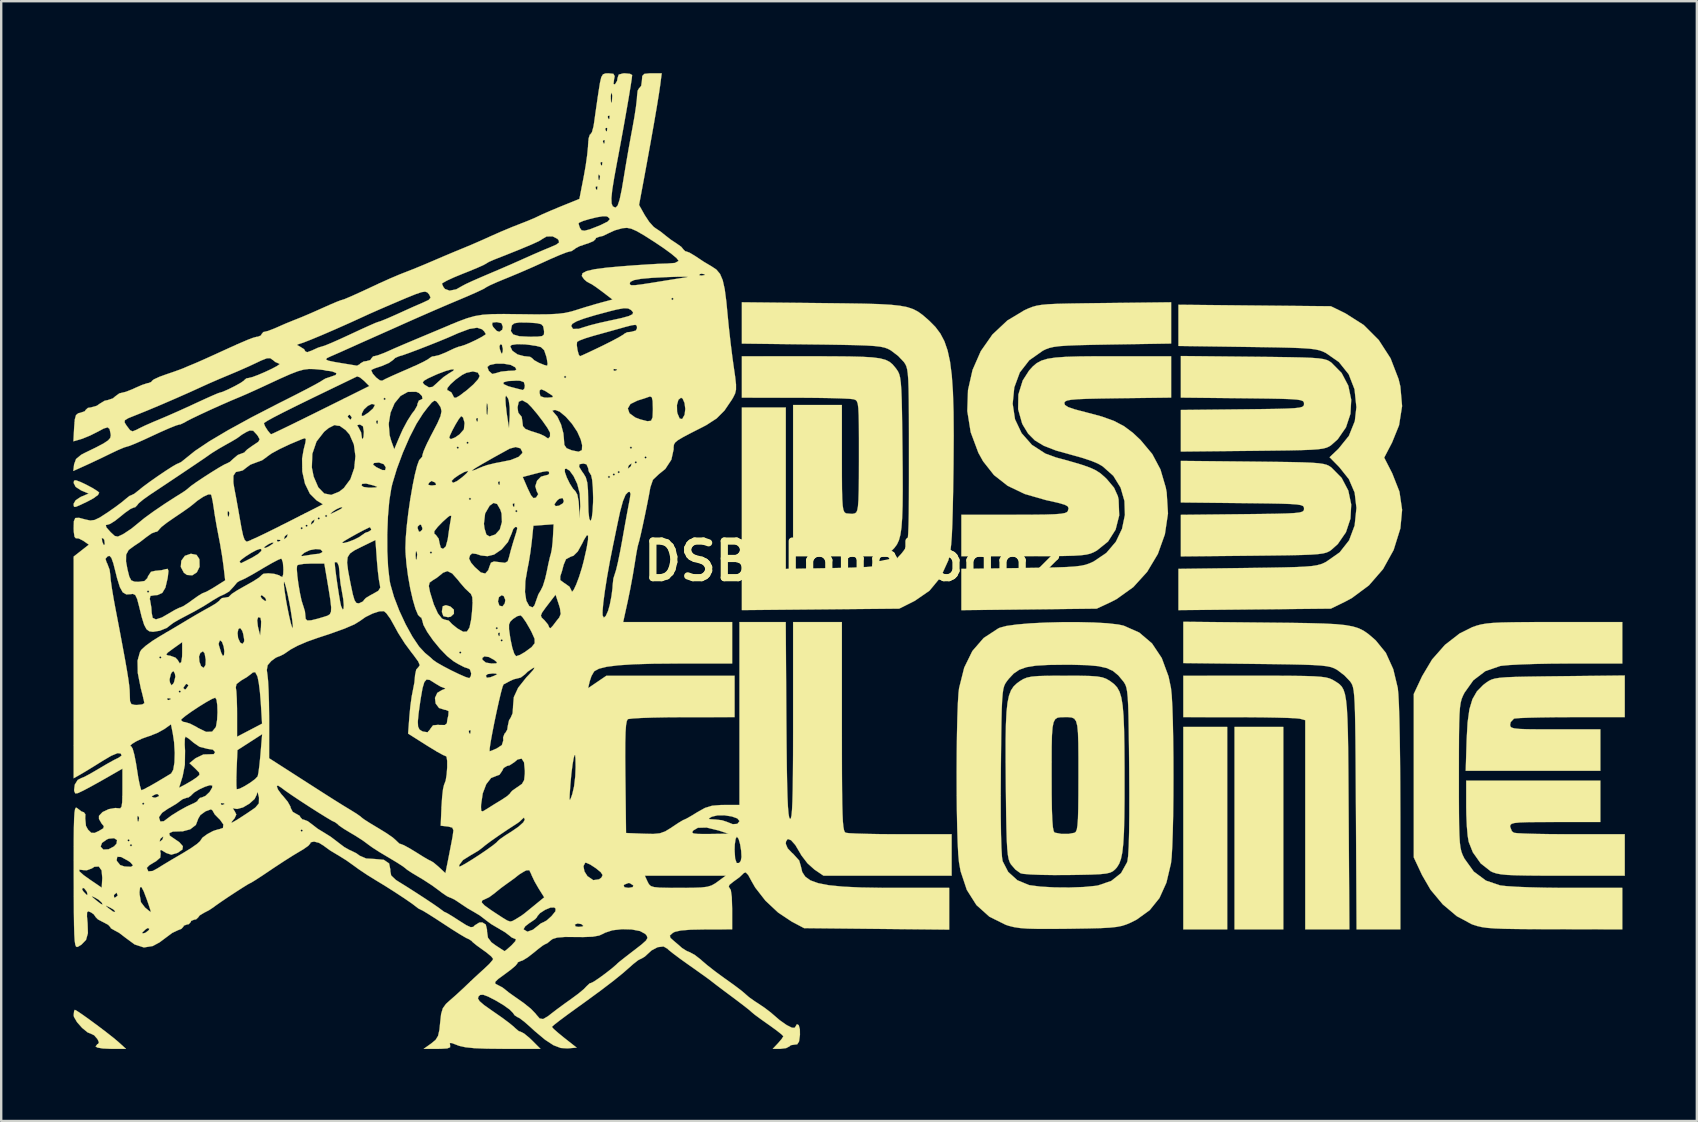
<source format=kicad_pcb>
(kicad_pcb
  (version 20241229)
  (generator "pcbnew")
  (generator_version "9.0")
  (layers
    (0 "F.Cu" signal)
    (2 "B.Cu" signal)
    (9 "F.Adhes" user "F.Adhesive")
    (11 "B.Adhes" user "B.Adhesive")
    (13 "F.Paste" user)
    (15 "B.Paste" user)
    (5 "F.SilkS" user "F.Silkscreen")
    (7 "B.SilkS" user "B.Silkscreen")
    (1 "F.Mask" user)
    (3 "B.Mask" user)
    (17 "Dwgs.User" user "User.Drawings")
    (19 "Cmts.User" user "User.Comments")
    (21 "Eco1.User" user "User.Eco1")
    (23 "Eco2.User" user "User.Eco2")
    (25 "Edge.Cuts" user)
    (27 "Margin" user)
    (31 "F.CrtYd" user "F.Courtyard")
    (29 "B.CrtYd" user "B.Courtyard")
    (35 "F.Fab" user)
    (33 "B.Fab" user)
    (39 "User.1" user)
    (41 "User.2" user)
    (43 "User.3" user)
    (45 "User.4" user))
  (footprint "DSBcloneLogo2"
    (layer "F.Cu")
    (at 32.531 20.325)
    (property "Reference" "DSBcloneLogo2" (at 0 0 0) (layer "F.SilkS") (effects (font (size 1.524 1.524) (thickness 0.3))))
    (attr through_hole)
    (fp_poly (pts (xy 15.545 15.342) (xy 13.716 15.342) (xy 13.716 6.909) (xy 15.545 6.909) (xy 15.545 15.342)) (stroke (width 0.01) (type solid)) (fill yes) (layer "F.SilkS"))
    (fp_poly (pts (xy 17.882 15.342) (xy 15.85 15.342) (xy 15.85 6.909) (xy 17.882 6.909) (xy 17.882 15.342)) (stroke (width 0.01) (type solid)) (fill yes) (layer "F.SilkS"))
    (fp_poly (pts (xy -16.823 1.89) (xy -16.672 2.024) (xy -16.671 2.193) (xy -16.803 2.317) (xy -16.916 2.337) (xy -17.11 2.295) (xy -17.169 2.13) (xy -17.17 2.083) (xy -17.136 1.882) (xy -17.006 1.837) (xy -16.823 1.89)) (stroke (width 0.01) (type solid)) (fill yes) (layer "F.SilkS"))
    (fp_poly (pts (xy -27.393 -0.259) (xy -27.281 -0.091) (xy -27.273 -0.06) (xy -27.267 0.237) (xy -27.381 0.468) (xy -27.57 0.593) (xy -27.792 0.577) (xy -27.92 0.488) (xy -28.049 0.244) (xy -28.028 -0.014) (xy -27.88 -0.219) (xy -27.631 -0.305) (xy -27.626 -0.305) (xy -27.393 -0.259)) (stroke (width 0.01) (type solid)) (fill yes) (layer "F.SilkS"))
    (fp_poly (pts (xy -32.234 -3.299) (xy -32.012 -3.195) (xy -31.722 -3.042) (xy -31.512 -2.909) (xy -31.449 -2.851) (xy -31.498 -2.756) (xy -31.689 -2.616) (xy -31.917 -2.492) (xy -32.238 -2.338) (xy -32.416 -2.263) (xy -32.494 -2.26) (xy -32.512 -2.322) (xy -32.512 -2.393) (xy -32.427 -2.536) (xy -32.22 -2.672) (xy -32.199 -2.682) (xy -31.886 -2.813) (xy -32.199 -2.943) (xy -32.428 -3.091) (xy -32.512 -3.254) (xy -32.496 -3.351) (xy -32.418 -3.367) (xy -32.234 -3.299)) (stroke (width 0.01) (type solid)) (fill yes) (layer "F.SilkS"))
    (fp_poly (pts (xy -32.357 18.752) (xy -32.132 18.904) (xy -31.828 19.122) (xy -31.487 19.373) (xy -31.15 19.629) (xy -30.857 19.859) (xy -30.649 20.033) (xy -30.641 20.041) (xy -30.333 20.32) (xy -30.965 20.32) (xy -31.299 20.305) (xy -31.527 20.266) (xy -31.598 20.218) (xy -31.52 20.12) (xy -31.495 20.117) (xy -31.459 20.047) (xy -31.52 19.914) (xy -31.658 19.755) (xy -31.749 19.71) (xy -31.934 19.633) (xy -32.162 19.445) (xy -32.37 19.21) (xy -32.498 18.992) (xy -32.512 18.92) (xy -32.493 18.743) (xy -32.463 18.694) (xy -32.357 18.752)) (stroke (width 0.01) (type solid)) (fill yes) (layer "F.SilkS"))
    (fp_poly (pts (xy 16.688 4.776) (xy 17.549 4.776) (xy 18.231 4.78) (xy 18.758 4.787) (xy 19.155 4.8) (xy 19.444 4.82) (xy 19.652 4.848) (xy 19.801 4.886) (xy 19.916 4.935) (xy 19.983 4.973) (xy 20.115 5.054) (xy 20.226 5.134) (xy 20.317 5.23) (xy 20.391 5.361) (xy 20.45 5.542) (xy 20.495 5.794) (xy 20.53 6.131) (xy 20.554 6.573) (xy 20.572 7.137) (xy 20.584 7.841) (xy 20.592 8.701) (xy 20.599 9.736) (xy 20.604 10.49) (xy 20.634 15.342) (xy 18.796 15.342) (xy 18.796 6.628) (xy 18.567 6.566) (xy 18.402 6.549) (xy 18.067 6.533) (xy 17.592 6.52) (xy 17.012 6.51) (xy 16.358 6.505) (xy 16.027 6.504) (xy 13.716 6.502) (xy 13.716 4.775) (xy 16.688 4.776)) (stroke (width 0.01) (type solid)) (fill yes) (layer "F.SilkS"))
    (fp_poly (pts (xy 31.09 10.871) (xy 29.21 10.871) (xy 28.549 10.872) (xy 28.064 10.877) (xy 27.728 10.889) (xy 27.514 10.911) (xy 27.394 10.945) (xy 27.342 10.994) (xy 27.33 11.061) (xy 27.33 11.064) (xy 27.405 11.254) (xy 27.491 11.318) (xy 27.637 11.336) (xy 27.953 11.352) (xy 28.409 11.365) (xy 28.973 11.374) (xy 29.612 11.379) (xy 29.879 11.379) (xy 32.106 11.379) (xy 32.106 13.106) (xy 29.488 13.106) (xy 28.678 13.105) (xy 28.046 13.1) (xy 27.563 13.09) (xy 27.205 13.074) (xy 26.945 13.048) (xy 26.757 13.012) (xy 26.614 12.965) (xy 26.516 12.918) (xy 26.106 12.596) (xy 25.778 12.132) (xy 25.605 11.696) (xy 25.562 11.439) (xy 25.528 11.042) (xy 25.507 10.566) (xy 25.502 10.236) (xy 25.502 9.144) (xy 31.09 9.144) (xy 31.09 10.871)) (stroke (width 0.01) (type solid)) (fill yes) (layer "F.SilkS"))
    (fp_poly (pts (xy 32.106 6.502) (xy 29.879 6.502) (xy 29.219 6.505) (xy 28.621 6.513) (xy 28.119 6.524) (xy 27.743 6.539) (xy 27.526 6.557) (xy 27.491 6.564) (xy 27.356 6.705) (xy 27.33 6.818) (xy 27.341 6.886) (xy 27.392 6.935) (xy 27.509 6.97) (xy 27.72 6.992) (xy 28.052 7.004) (xy 28.532 7.009) (xy 29.188 7.01) (xy 29.21 7.01) (xy 31.09 7.01) (xy 31.09 8.738) (xy 25.481 8.738) (xy 25.52 7.442) (xy 25.559 6.725) (xy 25.635 6.173) (xy 25.761 5.753) (xy 25.948 5.427) (xy 26.209 5.161) (xy 26.337 5.063) (xy 26.443 4.992) (xy 26.554 4.937) (xy 26.695 4.894) (xy 26.892 4.863) (xy 27.171 4.84) (xy 27.557 4.824) (xy 28.076 4.813) (xy 28.753 4.803) (xy 29.388 4.796) (xy 32.106 4.766) (xy 32.106 6.502)) (stroke (width 0.01) (type solid)) (fill yes) (layer "F.SilkS"))
    (fp_poly (pts (xy 16.604 -8.513) (xy 17.465 -8.504) (xy 18.146 -8.494) (xy 18.671 -8.483) (xy 19.065 -8.467) (xy 19.351 -8.445) (xy 19.552 -8.416) (xy 19.693 -8.377) (xy 19.797 -8.328) (xy 19.881 -8.271) (xy 20.312 -7.835) (xy 20.589 -7.307) (xy 20.711 -6.727) (xy 20.679 -6.135) (xy 20.492 -5.571) (xy 20.151 -5.077) (xy 19.881 -4.835) (xy 19.79 -4.774) (xy 19.684 -4.726) (xy 19.539 -4.688) (xy 19.332 -4.659) (xy 19.039 -4.638) (xy 18.636 -4.623) (xy 18.1 -4.611) (xy 17.405 -4.602) (xy 16.604 -4.593) (xy 13.614 -4.563) (xy 13.614 -6.296) (xy 16.18 -6.323) (xy 16.967 -6.332) (xy 17.574 -6.341) (xy 18.024 -6.353) (xy 18.342 -6.37) (xy 18.549 -6.393) (xy 18.67 -6.425) (xy 18.727 -6.468) (xy 18.744 -6.524) (xy 18.745 -6.553) (xy 18.738 -6.616) (xy 18.701 -6.664) (xy 18.611 -6.701) (xy 18.445 -6.728) (xy 18.179 -6.747) (xy 17.79 -6.761) (xy 17.254 -6.771) (xy 16.549 -6.78) (xy 16.18 -6.784) (xy 13.614 -6.811) (xy 13.614 -8.543) (xy 16.604 -8.513)) (stroke (width 0.01) (type solid)) (fill yes) (layer "F.SilkS"))
    (fp_poly (pts (xy 16.604 -4.145) (xy 17.465 -4.135) (xy 18.146 -4.126) (xy 18.671 -4.114) (xy 19.065 -4.098) (xy 19.351 -4.076) (xy 19.552 -4.047) (xy 19.693 -4.009) (xy 19.797 -3.959) (xy 19.881 -3.902) (xy 20.312 -3.466) (xy 20.589 -2.938) (xy 20.711 -2.358) (xy 20.679 -1.766) (xy 20.492 -1.203) (xy 20.151 -0.708) (xy 19.881 -0.467) (xy 19.79 -0.405) (xy 19.684 -0.357) (xy 19.539 -0.319) (xy 19.332 -0.291) (xy 19.039 -0.269) (xy 18.636 -0.254) (xy 18.1 -0.242) (xy 17.405 -0.233) (xy 16.604 -0.224) (xy 13.614 -0.195) (xy 13.614 -1.927) (xy 16.18 -1.954) (xy 16.967 -1.963) (xy 17.574 -1.972) (xy 18.024 -1.984) (xy 18.342 -2.001) (xy 18.549 -2.024) (xy 18.67 -2.056) (xy 18.727 -2.099) (xy 18.744 -2.155) (xy 18.745 -2.184) (xy 18.738 -2.247) (xy 18.701 -2.295) (xy 18.611 -2.332) (xy 18.445 -2.359) (xy 18.179 -2.378) (xy 17.79 -2.392) (xy 17.254 -2.402) (xy 16.549 -2.411) (xy 16.18 -2.415) (xy 13.614 -2.442) (xy 13.614 -4.174) (xy 16.604 -4.145)) (stroke (width 0.01) (type solid)) (fill yes) (layer "F.SilkS"))
    (fp_poly (pts (xy 17.145 2.562) (xy 18.124 2.572) (xy 18.924 2.584) (xy 19.566 2.602) (xy 20.075 2.628) (xy 20.472 2.668) (xy 20.782 2.725) (xy 21.028 2.802) (xy 21.231 2.903) (xy 21.417 3.032) (xy 21.607 3.193) (xy 21.733 3.305) (xy 22.152 3.819) (xy 22.462 4.502) (xy 22.651 5.29) (xy 22.675 5.547) (xy 22.698 5.988) (xy 22.717 6.596) (xy 22.733 7.349) (xy 22.745 8.231) (xy 22.753 9.222) (xy 22.757 10.303) (xy 22.758 10.643) (xy 22.758 15.342) (xy 20.935 15.342) (xy 20.907 10.32) (xy 20.9 9.18) (xy 20.894 8.226) (xy 20.887 7.44) (xy 20.878 6.804) (xy 20.868 6.301) (xy 20.854 5.913) (xy 20.836 5.622) (xy 20.814 5.41) (xy 20.786 5.26) (xy 20.752 5.155) (xy 20.71 5.076) (xy 20.665 5.011) (xy 20.426 4.76) (xy 20.131 4.536) (xy 20.106 4.521) (xy 19.995 4.463) (xy 19.866 4.416) (xy 19.694 4.38) (xy 19.457 4.352) (xy 19.129 4.331) (xy 18.688 4.315) (xy 18.108 4.302) (xy 17.365 4.291) (xy 16.739 4.284) (xy 13.716 4.249) (xy 13.716 2.528) (xy 17.145 2.562)) (stroke (width 0.01) (type solid)) (fill yes) (layer "F.SilkS"))
    (fp_poly (pts (xy 16.688 -10.648) (xy 19.863 -10.617) (xy 20.472 -10.319) (xy 21.228 -9.838) (xy 21.859 -9.208) (xy 22.35 -8.448) (xy 22.684 -7.582) (xy 22.758 -7.276) (xy 22.83 -6.456) (xy 22.704 -5.659) (xy 22.413 -4.94) (xy 22.085 -4.31) (xy 22.417 -3.661) (xy 22.72 -2.893) (xy 22.831 -2.136) (xy 22.758 -1.36) (xy 22.478 -0.463) (xy 22.037 0.334) (xy 21.45 1.01) (xy 20.734 1.542) (xy 20.472 1.683) (xy 19.863 1.981) (xy 13.513 2.043) (xy 13.513 0.324) (xy 16.383 0.287) (xy 17.227 0.275) (xy 17.893 0.263) (xy 18.407 0.249) (xy 18.794 0.23) (xy 19.079 0.206) (xy 19.289 0.172) (xy 19.449 0.129) (xy 19.584 0.073) (xy 19.669 0.029) (xy 20.23 -0.364) (xy 20.623 -0.865) (xy 20.854 -1.484) (xy 20.929 -2.213) (xy 20.854 -2.853) (xy 20.614 -3.413) (xy 20.213 -3.916) (xy 19.81 -4.327) (xy 20.179 -4.678) (xy 20.614 -5.217) (xy 20.861 -5.831) (xy 20.927 -6.413) (xy 20.849 -7.158) (xy 20.606 -7.783) (xy 20.198 -8.292) (xy 19.66 -8.667) (xy 19.529 -8.731) (xy 19.387 -8.781) (xy 19.209 -8.82) (xy 18.969 -8.85) (xy 18.641 -8.872) (xy 18.201 -8.889) (xy 17.623 -8.903) (xy 16.881 -8.915) (xy 16.383 -8.922) (xy 13.513 -8.962) (xy 13.513 -10.679) (xy 16.688 -10.648)) (stroke (width 0.01) (type solid)) (fill yes) (layer "F.SilkS"))
    (fp_poly (pts (xy -1.803 -8.533) (xy -0.916 -8.531) (xy -0.207 -8.525) (xy 0.345 -8.511) (xy 0.766 -8.486) (xy 1.078 -8.445) (xy 1.306 -8.385) (xy 1.473 -8.303) (xy 1.604 -8.195) (xy 1.72 -8.057) (xy 1.768 -7.994) (xy 1.83 -7.901) (xy 1.879 -7.794) (xy 1.917 -7.647) (xy 1.946 -7.436) (xy 1.968 -7.139) (xy 1.984 -6.729) (xy 1.996 -6.184) (xy 2.006 -5.479) (xy 2.014 -4.793) (xy 2.024 -3.792) (xy 2.027 -2.973) (xy 2.021 -2.315) (xy 2.003 -1.796) (xy 1.974 -1.396) (xy 1.929 -1.094) (xy 1.868 -0.867) (xy 1.788 -0.696) (xy 1.688 -0.559) (xy 1.624 -0.491) (xy 1.336 -0.203) (xy -2.54 -0.203) (xy -2.54 -6.502) (xy -0.508 -6.502) (xy -0.508 -4.274) (xy -0.507 -3.544) (xy -0.503 -2.992) (xy -0.493 -2.592) (xy -0.475 -2.319) (xy -0.448 -2.146) (xy -0.409 -2.048) (xy -0.355 -2) (xy -0.319 -1.986) (xy -0.073 -1.966) (xy 0.036 -1.99) (xy 0.091 -2.029) (xy 0.132 -2.118) (xy 0.162 -2.28) (xy 0.182 -2.541) (xy 0.194 -2.925) (xy 0.201 -3.456) (xy 0.203 -4.159) (xy 0.203 -4.368) (xy 0.203 -5.11) (xy 0.2 -5.675) (xy 0.192 -6.086) (xy 0.177 -6.371) (xy 0.153 -6.553) (xy 0.116 -6.658) (xy 0.064 -6.711) (xy -0.004 -6.737) (xy -0.025 -6.743) (xy -0.192 -6.761) (xy -0.528 -6.777) (xy -1.001 -6.791) (xy -1.577 -6.8) (xy -2.223 -6.805) (xy -2.464 -6.806) (xy -4.674 -6.807) (xy -4.674 -8.534) (xy -1.803 -8.533)) (stroke (width 0.01) (type solid)) (fill yes) (layer "F.SilkS"))
    (fp_poly (pts (xy 32.004 4.267) (xy 29.732 4.267) (xy 29.035 4.272) (xy 28.373 4.285) (xy 27.785 4.305) (xy 27.309 4.33) (xy 26.984 4.36) (xy 26.913 4.371) (xy 26.301 4.583) (xy 25.799 4.965) (xy 25.429 5.485) (xy 25.363 5.617) (xy 25.31 5.748) (xy 25.27 5.905) (xy 25.241 6.111) (xy 25.221 6.391) (xy 25.208 6.77) (xy 25.201 7.273) (xy 25.198 7.925) (xy 25.197 8.75) (xy 25.197 8.941) (xy 25.197 9.804) (xy 25.2 10.489) (xy 25.206 11.02) (xy 25.218 11.422) (xy 25.236 11.721) (xy 25.264 11.94) (xy 25.301 12.104) (xy 25.351 12.239) (xy 25.415 12.369) (xy 25.429 12.397) (xy 25.818 12.936) (xy 26.324 13.311) (xy 26.913 13.511) (xy 27.177 13.541) (xy 27.605 13.569) (xy 28.159 13.591) (xy 28.8 13.606) (xy 29.489 13.614) (xy 29.732 13.614) (xy 32.004 13.614) (xy 32.004 15.342) (xy 29.134 15.336) (xy 28.283 15.334) (xy 27.609 15.328) (xy 27.085 15.319) (xy 26.684 15.303) (xy 26.38 15.28) (xy 26.147 15.247) (xy 25.957 15.203) (xy 25.785 15.147) (xy 25.727 15.125) (xy 25.109 14.793) (xy 24.525 14.301) (xy 24.018 13.694) (xy 23.665 13.086) (xy 23.317 12.344) (xy 23.317 5.537) (xy 23.665 4.795) (xy 24.08 4.098) (xy 24.615 3.491) (xy 25.228 3.015) (xy 25.756 2.752) (xy 25.936 2.689) (xy 26.121 2.64) (xy 26.336 2.603) (xy 26.609 2.576) (xy 26.967 2.558) (xy 27.436 2.548) (xy 28.045 2.542) (xy 28.819 2.54) (xy 29.163 2.54) (xy 32.004 2.54) (xy 32.004 4.267)) (stroke (width 0.01) (type solid)) (fill yes) (layer "F.SilkS"))
    (fp_poly (pts (xy 13.208 -8.534) (xy 13.208 -6.811) (xy 11 -6.784) (xy 10.268 -6.773) (xy 9.715 -6.761) (xy 9.315 -6.744) (xy 9.045 -6.721) (xy 8.879 -6.69) (xy 8.792 -6.648) (xy 8.76 -6.594) (xy 8.759 -6.591) (xy 8.785 -6.502) (xy 8.918 -6.416) (xy 9.188 -6.323) (xy 9.627 -6.207) (xy 9.672 -6.196) (xy 10.327 -6.02) (xy 10.833 -5.837) (xy 11.245 -5.62) (xy 11.617 -5.342) (xy 11.934 -5.043) (xy 12.423 -4.459) (xy 12.763 -3.82) (xy 12.984 -3.068) (xy 13.023 -2.862) (xy 13.077 -1.983) (xy 12.949 -1.118) (xy 12.656 -0.298) (xy 12.211 0.446) (xy 11.632 1.084) (xy 10.934 1.584) (xy 10.695 1.707) (xy 10.109 1.981) (xy 4.47 2.044) (xy 4.47 0.325) (xy 6.985 0.289) (xy 7.769 0.277) (xy 8.379 0.264) (xy 8.842 0.248) (xy 9.188 0.226) (xy 9.444 0.195) (xy 9.639 0.154) (xy 9.801 0.098) (xy 9.959 0.027) (xy 9.982 0.016) (xy 10.511 -0.342) (xy 10.906 -0.806) (xy 11.163 -1.344) (xy 11.283 -1.921) (xy 11.264 -2.504) (xy 11.104 -3.059) (xy 10.801 -3.551) (xy 10.355 -3.948) (xy 10.16 -4.061) (xy 9.875 -4.179) (xy 9.481 -4.309) (xy 9.093 -4.417) (xy 8.416 -4.605) (xy 7.907 -4.802) (xy 7.53 -5.03) (xy 7.25 -5.312) (xy 7.033 -5.669) (xy 6.999 -5.74) (xy 6.834 -6.327) (xy 6.845 -6.94) (xy 7.026 -7.524) (xy 7.289 -7.935) (xy 7.447 -8.11) (xy 7.609 -8.247) (xy 7.803 -8.351) (xy 8.053 -8.427) (xy 8.385 -8.478) (xy 8.827 -8.51) (xy 9.402 -8.527) (xy 10.138 -8.534) (xy 10.716 -8.534) (xy 13.208 -8.534)) (stroke (width 0.01) (type solid)) (fill yes) (layer "F.SilkS"))
    (fp_poly (pts (xy 13.208 -9.063) (xy 10.744 -9.024) (xy 9.966 -9.01) (xy 9.362 -8.996) (xy 8.905 -8.978) (xy 8.567 -8.955) (xy 8.32 -8.923) (xy 8.134 -8.88) (xy 7.983 -8.824) (xy 7.864 -8.765) (xy 7.3 -8.369) (xy 6.904 -7.859) (xy 6.674 -7.234) (xy 6.607 -6.553) (xy 6.705 -5.907) (xy 6.98 -5.327) (xy 7.409 -4.841) (xy 7.969 -4.479) (xy 8.403 -4.32) (xy 9.025 -4.15) (xy 9.485 -4.014) (xy 9.821 -3.896) (xy 10.067 -3.783) (xy 10.261 -3.657) (xy 10.437 -3.505) (xy 10.528 -3.416) (xy 10.831 -3.056) (xy 10.99 -2.703) (xy 11.02 -2.565) (xy 11.045 -1.902) (xy 10.895 -1.31) (xy 10.58 -0.814) (xy 10.11 -0.437) (xy 10.106 -0.435) (xy 9.975 -0.365) (xy 9.841 -0.311) (xy 9.678 -0.271) (xy 9.457 -0.243) (xy 9.152 -0.224) (xy 8.737 -0.213) (xy 8.185 -0.207) (xy 7.468 -0.205) (xy 7.087 -0.205) (xy 4.47 -0.203) (xy 4.47 -1.93) (xy 6.658 -1.93) (xy 7.391 -1.932) (xy 7.945 -1.938) (xy 8.346 -1.951) (xy 8.618 -1.972) (xy 8.786 -2.003) (xy 8.875 -2.045) (xy 8.906 -2.087) (xy 8.936 -2.196) (xy 8.905 -2.277) (xy 8.781 -2.346) (xy 8.532 -2.419) (xy 8.125 -2.513) (xy 7.992 -2.542) (xy 7.112 -2.794) (xy 6.398 -3.136) (xy 5.827 -3.585) (xy 5.376 -4.156) (xy 5.178 -4.512) (xy 4.858 -5.37) (xy 4.717 -6.249) (xy 4.746 -7.122) (xy 4.936 -7.964) (xy 5.279 -8.746) (xy 5.766 -9.442) (xy 6.389 -10.026) (xy 7.085 -10.444) (xy 7.262 -10.526) (xy 7.424 -10.589) (xy 7.598 -10.638) (xy 7.81 -10.674) (xy 8.089 -10.7) (xy 8.461 -10.718) (xy 8.953 -10.73) (xy 9.594 -10.74) (xy 10.409 -10.75) (xy 10.439 -10.75) (xy 13.208 -10.782) (xy 13.208 -9.063)) (stroke (width 0.01) (type solid)) (fill yes) (layer "F.SilkS"))
    (fp_poly (pts (xy -1.346 -10.748) (xy -0.381 -10.737) (xy 0.405 -10.725) (xy 1.035 -10.706) (xy 1.532 -10.678) (xy 1.92 -10.636) (xy 2.223 -10.577) (xy 2.464 -10.496) (xy 2.666 -10.39) (xy 2.854 -10.254) (xy 3.05 -10.085) (xy 3.14 -10.004) (xy 3.387 -9.755) (xy 3.593 -9.481) (xy 3.762 -9.161) (xy 3.895 -8.778) (xy 3.997 -8.31) (xy 4.07 -7.74) (xy 4.118 -7.047) (xy 4.144 -6.212) (xy 4.151 -5.215) (xy 4.143 -4.037) (xy 4.141 -3.877) (xy 4.127 -2.925) (xy 4.111 -2.154) (xy 4.093 -1.539) (xy 4.072 -1.058) (xy 4.044 -0.688) (xy 4.011 -0.405) (xy 3.969 -0.186) (xy 3.926 -0.03) (xy 3.604 0.674) (xy 3.14 1.234) (xy 2.529 1.656) (xy 2.489 1.676) (xy 1.88 1.981) (xy -1.397 2.012) (xy -4.674 2.042) (xy -4.674 -6.401) (xy -2.845 -6.401) (xy -2.845 0.326) (xy -0.838 0.29) (xy -0.067 0.272) (xy 0.53 0.245) (xy 0.985 0.2) (xy 1.325 0.131) (xy 1.581 0.03) (xy 1.784 -0.11) (xy 1.962 -0.298) (xy 2.072 -0.439) (xy 2.128 -0.521) (xy 2.174 -0.613) (xy 2.209 -0.738) (xy 2.237 -0.916) (xy 2.256 -1.168) (xy 2.27 -1.516) (xy 2.279 -1.981) (xy 2.284 -2.584) (xy 2.286 -3.346) (xy 2.286 -4.289) (xy 2.286 -4.369) (xy 2.286 -5.326) (xy 2.284 -6.101) (xy 2.279 -6.716) (xy 2.271 -7.19) (xy 2.258 -7.547) (xy 2.238 -7.806) (xy 2.212 -7.988) (xy 2.177 -8.116) (xy 2.132 -8.21) (xy 2.077 -8.292) (xy 2.072 -8.298) (xy 1.833 -8.549) (xy 1.538 -8.773) (xy 1.513 -8.788) (xy 1.4 -8.848) (xy 1.268 -8.895) (xy 1.094 -8.932) (xy 0.851 -8.96) (xy 0.517 -8.981) (xy 0.066 -8.997) (xy -0.526 -9.009) (xy -1.284 -9.021) (xy -1.753 -9.026) (xy -4.674 -9.061) (xy -4.674 -10.782) (xy -1.346 -10.748)) (stroke (width 0.01) (type solid)) (fill yes) (layer "F.SilkS"))
    (fp_poly (pts (xy 9.387 4.777) (xy 9.82 4.786) (xy 10.125 4.807) (xy 10.339 4.844) (xy 10.499 4.901) (xy 10.643 4.984) (xy 10.676 5.006) (xy 10.833 5.125) (xy 10.959 5.262) (xy 11.058 5.44) (xy 11.133 5.681) (xy 11.187 6.007) (xy 11.225 6.441) (xy 11.248 7.004) (xy 11.261 7.718) (xy 11.267 8.606) (xy 11.267 8.941) (xy 11.267 9.899) (xy 11.259 10.675) (xy 11.243 11.292) (xy 11.215 11.772) (xy 11.175 12.137) (xy 11.118 12.409) (xy 11.044 12.609) (xy 10.95 12.76) (xy 10.876 12.842) (xy 10.785 12.92) (xy 10.67 12.977) (xy 10.5 13.017) (xy 10.242 13.044) (xy 9.864 13.061) (xy 9.335 13.072) (xy 8.913 13.078) (xy 8.322 13.08) (xy 7.789 13.072) (xy 7.354 13.055) (xy 7.053 13.03) (xy 6.94 13.007) (xy 6.726 12.856) (xy 6.534 12.634) (xy 6.481 12.538) (xy 6.439 12.411) (xy 6.406 12.232) (xy 6.381 11.976) (xy 6.361 11.62) (xy 6.347 11.143) (xy 6.335 10.52) (xy 6.326 9.728) (xy 6.321 9.25) (xy 6.319 8.943) (xy 8.23 8.943) (xy 8.232 9.736) (xy 8.241 10.344) (xy 8.258 10.787) (xy 8.282 11.083) (xy 8.316 11.252) (xy 8.357 11.312) (xy 8.623 11.363) (xy 8.951 11.363) (xy 9.186 11.318) (xy 9.239 11.276) (xy 9.279 11.18) (xy 9.307 11.005) (xy 9.327 10.728) (xy 9.339 10.323) (xy 9.345 9.766) (xy 9.347 9.033) (xy 9.347 8.941) (xy 9.347 8.176) (xy 9.342 7.59) (xy 9.328 7.16) (xy 9.299 6.862) (xy 9.248 6.67) (xy 9.172 6.563) (xy 9.064 6.515) (xy 8.919 6.502) (xy 8.788 6.502) (xy 8.613 6.504) (xy 8.479 6.523) (xy 8.38 6.586) (xy 8.312 6.714) (xy 8.268 6.933) (xy 8.243 7.266) (xy 8.232 7.737) (xy 8.23 8.37) (xy 8.23 8.943) (xy 6.319 8.943) (xy 6.314 8.259) (xy 6.314 7.449) (xy 6.326 6.8) (xy 6.351 6.291) (xy 6.392 5.9) (xy 6.454 5.605) (xy 6.537 5.387) (xy 6.646 5.222) (xy 6.784 5.091) (xy 6.903 5.005) (xy 7.048 4.916) (xy 7.201 4.854) (xy 7.401 4.813) (xy 7.684 4.789) (xy 8.088 4.778) (xy 8.65 4.775) (xy 8.788 4.775) (xy 9.387 4.777)) (stroke (width 0.01) (type solid)) (fill yes) (layer "F.SilkS"))
    (fp_poly (pts (xy 9.984 2.558) (xy 10.552 2.59) (xy 11.001 2.641) (xy 11.229 2.689) (xy 11.88 2.977) (xy 12.41 3.428) (xy 12.818 4.039) (xy 13.101 4.807) (xy 13.202 5.29) (xy 13.234 5.601) (xy 13.26 6.08) (xy 13.28 6.694) (xy 13.294 7.408) (xy 13.303 8.189) (xy 13.305 9.001) (xy 13.302 9.811) (xy 13.293 10.583) (xy 13.277 11.285) (xy 13.256 11.881) (xy 13.23 12.338) (xy 13.202 12.592) (xy 13.012 13.396) (xy 12.722 14.038) (xy 12.315 14.543) (xy 11.776 14.933) (xy 11.532 15.057) (xy 11.345 15.137) (xy 11.159 15.197) (xy 10.939 15.24) (xy 10.653 15.27) (xy 10.267 15.291) (xy 9.75 15.304) (xy 9.068 15.315) (xy 8.941 15.317) (xy 8.213 15.323) (xy 7.655 15.322) (xy 7.232 15.311) (xy 6.913 15.287) (xy 6.663 15.249) (xy 6.448 15.195) (xy 6.32 15.153) (xy 5.638 14.815) (xy 5.097 14.33) (xy 4.697 13.699) (xy 4.438 12.922) (xy 4.371 12.548) (xy 4.34 12.212) (xy 4.315 11.713) (xy 4.296 11.084) (xy 4.282 10.36) (xy 4.276 9.756) (xy 6.109 9.756) (xy 6.111 10.646) (xy 6.121 11.379) (xy 6.138 11.943) (xy 6.162 12.325) (xy 6.189 12.501) (xy 6.421 12.95) (xy 6.801 13.295) (xy 7.285 13.496) (xy 7.323 13.504) (xy 7.774 13.562) (xy 8.351 13.594) (xy 8.976 13.599) (xy 9.573 13.577) (xy 10.066 13.529) (xy 10.167 13.511) (xy 10.715 13.324) (xy 11.121 13.001) (xy 11.371 12.553) (xy 11.388 12.501) (xy 11.418 12.285) (xy 11.442 11.878) (xy 11.458 11.291) (xy 11.466 10.537) (xy 11.467 9.627) (xy 11.462 8.719) (xy 11.453 7.794) (xy 11.443 7.049) (xy 11.433 6.464) (xy 11.419 6.016) (xy 11.401 5.683) (xy 11.377 5.444) (xy 11.346 5.276) (xy 11.306 5.157) (xy 11.255 5.066) (xy 11.216 5.011) (xy 11.009 4.762) (xy 10.789 4.58) (xy 10.522 4.455) (xy 10.171 4.377) (xy 9.702 4.335) (xy 9.079 4.319) (xy 8.788 4.318) (xy 8.096 4.326) (xy 7.572 4.356) (xy 7.18 4.42) (xy 6.884 4.525) (xy 6.65 4.684) (xy 6.442 4.906) (xy 6.361 5.011) (xy 6.303 5.096) (xy 6.256 5.194) (xy 6.219 5.327) (xy 6.191 5.518) (xy 6.169 5.787) (xy 6.152 6.157) (xy 6.14 6.65) (xy 6.13 7.288) (xy 6.121 8.093) (xy 6.115 8.719) (xy 6.109 9.756) (xy 4.276 9.756) (xy 4.275 9.575) (xy 4.273 8.763) (xy 4.277 7.958) (xy 4.287 7.195) (xy 4.303 6.507) (xy 4.324 5.929) (xy 4.351 5.496) (xy 4.375 5.29) (xy 4.588 4.44) (xy 4.928 3.746) (xy 5.398 3.204) (xy 6.003 2.808) (xy 6.068 2.777) (xy 6.341 2.703) (xy 6.775 2.642) (xy 7.333 2.594) (xy 7.972 2.562) (xy 8.654 2.544) (xy 9.338 2.543) (xy 9.984 2.558)) (stroke (width 0.01) (type solid)) (fill yes) (layer "F.SilkS"))
    (fp_poly (pts (xy -8.076 -19.837) (xy -8.129 -19.474) (xy -8.216 -18.939) (xy -8.332 -18.262) (xy -8.472 -17.472) (xy -8.631 -16.597) (xy -8.754 -15.928) (xy -8.958 -14.837) (xy -8.721 -14.413) (xy -8.537 -14.134) (xy -8.351 -13.926) (xy -8.286 -13.878) (xy -8.053 -13.721) (xy -7.88 -13.581) (xy -7.632 -13.388) (xy -7.391 -13.229) (xy -7.198 -13.091) (xy -7.112 -12.986) (xy -7.112 -12.983) (xy -7.033 -12.907) (xy -7.001 -12.903) (xy -6.852 -12.848) (xy -6.624 -12.712) (xy -6.569 -12.675) (xy -6.262 -12.471) (xy -5.957 -12.29) (xy -5.944 -12.283) (xy -5.738 -12.146) (xy -5.585 -11.965) (xy -5.473 -11.703) (xy -5.389 -11.329) (xy -5.321 -10.806) (xy -5.283 -10.404) (xy -5.223 -9.787) (xy -5.147 -9.109) (xy -5.067 -8.472) (xy -5.022 -8.148) (xy -4.954 -7.677) (xy -4.919 -7.359) (xy -4.919 -7.143) (xy -4.957 -6.98) (xy -5.035 -6.822) (xy -5.091 -6.726) (xy -5.399 -6.272) (xy -5.726 -5.944) (xy -6.149 -5.669) (xy -6.299 -5.59) (xy -6.789 -5.341) (xy -7.126 -5.163) (xy -7.339 -5.036) (xy -7.457 -4.938) (xy -7.507 -4.846) (xy -7.519 -4.74) (xy -7.518 -4.656) (xy -7.612 -4.225) (xy -7.865 -3.838) (xy -8.138 -3.617) (xy -8.38 -3.387) (xy -8.488 -3.07) (xy -8.545 -2.752) (xy -8.624 -2.349) (xy -8.714 -1.908) (xy -8.806 -1.476) (xy -8.889 -1.102) (xy -8.953 -0.834) (xy -8.987 -0.719) (xy -9.019 -0.595) (xy -9.07 -0.325) (xy -9.128 0.038) (xy -9.138 0.103) (xy -9.22 0.597) (xy -9.326 1.167) (xy -9.433 1.691) (xy -9.436 1.702) (xy -9.62 2.54) (xy -7.35 2.54) (xy -5.08 2.54) (xy -5.08 4.267) (xy -7.352 4.267) (xy -8.36 4.275) (xy -9.179 4.299) (xy -9.821 4.341) (xy -10.299 4.401) (xy -10.626 4.482) (xy -10.816 4.584) (xy -10.831 4.599) (xy -10.94 4.788) (xy -11.014 5.01) (xy -11.081 5.295) (xy -10.699 5.035) (xy -10.316 4.775) (xy -4.978 4.775) (xy -4.978 6.502) (xy -7.137 6.504) (xy -7.785 6.508) (xy -8.367 6.519) (xy -8.852 6.535) (xy -9.208 6.556) (xy -9.402 6.579) (xy -9.425 6.587) (xy -9.468 6.662) (xy -9.5 6.837) (xy -9.521 7.132) (xy -9.532 7.568) (xy -9.534 8.166) (xy -9.528 8.945) (xy -9.527 8.999) (xy -9.5 11.328) (xy -8.762 11.358) (xy -8.362 11.367) (xy -8.089 11.34) (xy -7.984 11.303) (xy -6.746 11.303) (xy -6.69 11.347) (xy -6.504 11.367) (xy -6.157 11.37) (xy -6.032 11.369) (xy -5.232 11.358) (xy -5.639 11.224) (xy -6.144 11.101) (xy -6.508 11.11) (xy -6.706 11.227) (xy -6.746 11.303) (xy -7.984 11.303) (xy -7.869 11.261) (xy -7.625 11.113) (xy -7.576 11.079) (xy -7.316 10.906) (xy -7.129 10.794) (xy -7.072 10.77) (xy -6.964 10.72) (xy -6.052 10.72) (xy -6.018 10.752) (xy -5.803 10.764) (xy -5.791 10.764) (xy -5.504 10.797) (xy -5.292 10.866) (xy -5.283 10.871) (xy -5.054 10.961) (xy -4.861 10.947) (xy -4.775 10.835) (xy -4.775 10.827) (xy -4.865 10.72) (xy -5.092 10.639) (xy -5.388 10.593) (xy -5.687 10.592) (xy -5.923 10.648) (xy -5.925 10.649) (xy -6.052 10.72) (xy -6.964 10.72) (xy -6.963 10.719) (xy -6.739 10.59) (xy -6.537 10.465) (xy -6.212 10.283) (xy -5.912 10.191) (xy -5.537 10.161) (xy -5.416 10.16) (xy -4.775 10.16) (xy -4.775 2.54) (xy -2.847 2.54) (xy -2.821 6.621) (xy -2.812 7.691) (xy -2.802 8.573) (xy -2.789 9.281) (xy -2.774 9.831) (xy -2.755 10.237) (xy -2.731 10.514) (xy -2.704 10.678) (xy -2.67 10.743) (xy -2.667 10.744) (xy -2.634 10.716) (xy -2.607 10.596) (xy -2.586 10.37) (xy -2.569 10.023) (xy -2.556 9.539) (xy -2.548 8.904) (xy -2.542 8.102) (xy -2.54 7.117) (xy -2.54 6.663) (xy -2.54 2.54) (xy -0.508 2.54) (xy -0.508 6.898) (xy -0.507 7.962) (xy -0.505 8.84) (xy -0.5 9.551) (xy -0.493 10.111) (xy -0.481 10.54) (xy -0.466 10.854) (xy -0.445 11.07) (xy -0.419 11.208) (xy -0.387 11.285) (xy -0.348 11.317) (xy -0.347 11.318) (xy -0.201 11.336) (xy 0.116 11.352) (xy 0.57 11.365) (xy 1.13 11.375) (xy 1.761 11.379) (xy 1.939 11.379) (xy 4.064 11.379) (xy 4.064 13.106) (xy -1.274 13.106) (xy -1.653 12.849) (xy -1.943 12.588) (xy -2.197 12.255) (xy -2.249 12.163) (xy -2.447 11.829) (xy -2.625 11.629) (xy -2.762 11.576) (xy -2.837 11.684) (xy -2.845 11.779) (xy -2.767 11.966) (xy -2.577 12.165) (xy -2.546 12.188) (xy -2.287 12.474) (xy -2.216 12.718) (xy -2.16 12.955) (xy -2.033 13.148) (xy -1.817 13.302) (xy -1.494 13.419) (xy -1.047 13.505) (xy -0.458 13.563) (xy 0.291 13.598) (xy 1.217 13.613) (xy 1.69 13.614) (xy 3.962 13.614) (xy 3.962 15.353) (xy -2.083 15.291) (xy -2.599 15.018) (xy -3.165 14.641) (xy -3.694 14.145) (xy -4.12 13.598) (xy -4.263 13.348) (xy -4.411 13.076) (xy -4.514 12.968) (xy -4.597 12.997) (xy -4.612 13.016) (xy -4.773 13.169) (xy -5.011 13.343) (xy -5.027 13.354) (xy -5.198 13.492) (xy -5.222 13.581) (xy -5.205 13.59) (xy -5.135 13.704) (xy -5.094 13.997) (xy -5.08 14.481) (xy -5.08 14.486) (xy -5.08 15.342) (xy -6.223 15.345) (xy -6.806 15.356) (xy -7.212 15.388) (xy -7.464 15.444) (xy -7.553 15.49) (xy -7.675 15.601) (xy -7.652 15.696) (xy -7.517 15.817) (xy -7.307 15.995) (xy -7.172 16.116) (xy -6.976 16.241) (xy -6.846 16.294) (xy -6.639 16.406) (xy -6.391 16.598) (xy -6.343 16.643) (xy -6.117 16.836) (xy -5.786 17.095) (xy -5.414 17.368) (xy -5.334 17.424) (xy -4.996 17.666) (xy -4.718 17.876) (xy -4.547 18.018) (xy -4.521 18.043) (xy -4.377 18.168) (xy -4.132 18.342) (xy -4.013 18.418) (xy -3.718 18.617) (xy -3.465 18.81) (xy -3.404 18.864) (xy -3.095 19.129) (xy -2.81 19.329) (xy -2.589 19.44) (xy -2.47 19.439) (xy -2.462 19.426) (xy -2.381 19.294) (xy -2.306 19.332) (xy -2.258 19.506) (xy -2.255 19.736) (xy -2.293 20.014) (xy -2.368 20.131) (xy -2.456 20.14) (xy -2.637 20.168) (xy -2.691 20.216) (xy -2.829 20.289) (xy -3.07 20.32) (xy -3.072 20.32) (xy -3.388 20.32) (xy -3.167 20.085) (xy -3.014 19.906) (xy -2.947 19.797) (xy -2.946 19.795) (xy -3.024 19.715) (xy -3.228 19.553) (xy -3.519 19.342) (xy -3.581 19.299) (xy -3.892 19.078) (xy -4.134 18.9) (xy -4.26 18.796) (xy -4.267 18.789) (xy -4.366 18.701) (xy -4.59 18.525) (xy -4.9 18.289) (xy -5.08 18.154) (xy -5.425 17.897) (xy -5.713 17.68) (xy -5.901 17.535) (xy -5.944 17.501) (xy -6.066 17.408) (xy -6.315 17.229) (xy -6.647 16.992) (xy -6.882 16.827) (xy -7.242 16.57) (xy -7.536 16.35) (xy -7.727 16.197) (xy -7.777 16.147) (xy -7.938 16.055) (xy -8.181 16.084) (xy -8.437 16.219) (xy -8.534 16.307) (xy -8.721 16.479) (xy -8.857 16.56) (xy -8.866 16.561) (xy -8.992 16.624) (xy -9.197 16.784) (xy -9.28 16.858) (xy -9.618 17.155) (xy -10.035 17.493) (xy -10.556 17.89) (xy -11.209 18.368) (xy -11.551 18.614) (xy -11.944 18.899) (xy -12.269 19.141) (xy -12.494 19.317) (xy -12.588 19.403) (xy -12.589 19.406) (xy -12.516 19.49) (xy -12.324 19.659) (xy -12.074 19.863) (xy -11.558 20.269) (xy -11.936 20.301) (xy -12.22 20.284) (xy -12.521 20.17) (xy -12.871 19.941) (xy -13.304 19.579) (xy -13.492 19.406) (xy -13.742 19.187) (xy -13.938 19.039) (xy -14.022 18.999) (xy -14.142 18.921) (xy -14.212 18.821) (xy -14.347 18.683) (xy -14.607 18.497) (xy -14.914 18.313) (xy -15.247 18.141) (xy -15.452 18.065) (xy -15.574 18.073) (xy -15.64 18.128) (xy -15.671 18.218) (xy -15.604 18.332) (xy -15.416 18.495) (xy -15.08 18.732) (xy -15.015 18.777) (xy -14.661 19.023) (xy -14.363 19.246) (xy -14.168 19.407) (xy -14.132 19.444) (xy -13.971 19.581) (xy -13.881 19.612) (xy -13.748 19.681) (xy -13.537 19.853) (xy -13.416 19.968) (xy -13.065 20.32) (xy -14.613 20.32) (xy -15.303 20.313) (xy -15.82 20.292) (xy -16.193 20.253) (xy -16.453 20.195) (xy -16.524 20.168) (xy -16.754 20.08) (xy -16.843 20.077) (xy -16.832 20.161) (xy -16.829 20.168) (xy -16.831 20.256) (xy -16.949 20.302) (xy -17.219 20.319) (xy -17.35 20.32) (xy -17.93 20.32) (xy -17.613 20.095) (xy -17.434 19.947) (xy -17.331 19.779) (xy -17.274 19.525) (xy -17.245 19.235) (xy -17.204 18.867) (xy -17.133 18.629) (xy -17.002 18.449) (xy -16.857 18.317) (xy -16.567 18.062) (xy -16.249 17.768) (xy -16.156 17.678) (xy -16.001 17.531) (xy -14.95 17.531) (xy -14.948 17.605) (xy -14.875 17.644) (xy -14.655 17.759) (xy -14.567 17.825) (xy -14.396 17.964) (xy -14.227 18.085) (xy -13.772 18.404) (xy -13.464 18.651) (xy -13.272 18.85) (xy -13.241 18.892) (xy -13.098 19.055) (xy -12.955 19.079) (xy -12.753 18.962) (xy -12.632 18.867) (xy -12.393 18.683) (xy -12.066 18.442) (xy -11.786 18.243) (xy -11.487 18.022) (xy -11.256 17.83) (xy -11.146 17.714) (xy -11.014 17.591) (xy -10.959 17.577) (xy -10.842 17.519) (xy -10.623 17.372) (xy -10.356 17.177) (xy -10.097 16.975) (xy -9.9 16.805) (xy -9.855 16.759) (xy -9.755 16.675) (xy -9.536 16.502) (xy -9.241 16.274) (xy -9.163 16.215) (xy -8.847 15.969) (xy -8.669 15.809) (xy -8.607 15.7) (xy -8.636 15.607) (xy -8.696 15.534) (xy -8.917 15.413) (xy -9.265 15.346) (xy -9.671 15.335) (xy -10.065 15.38) (xy -10.379 15.483) (xy -10.425 15.511) (xy -10.617 15.599) (xy -10.889 15.648) (xy -11.288 15.663) (xy -11.58 15.66) (xy -12.053 15.659) (xy -12.365 15.684) (xy -12.555 15.741) (xy -12.632 15.796) (xy -12.784 15.921) (xy -12.854 15.951) (xy -12.963 16.012) (xy -13.17 16.169) (xy -13.337 16.307) (xy -13.594 16.507) (xy -13.805 16.636) (xy -13.887 16.662) (xy -14.01 16.715) (xy -14.021 16.75) (xy -14.098 16.849) (xy -14.299 17.021) (xy -14.545 17.204) (xy -14.823 17.407) (xy -14.95 17.531) (xy -16.001 17.531) (xy -15.84 17.378) (xy -15.501 17.067) (xy -15.415 16.99) (xy -15.196 16.782) (xy -15.059 16.621) (xy -15.037 16.572) (xy -15.114 16.471) (xy -15.312 16.306) (xy -15.469 16.194) (xy -15.721 16.012) (xy -15.893 15.871) (xy -15.934 15.824) (xy -16.05 15.748) (xy -16.054 15.748) (xy -16.169 15.695) (xy -16.414 15.551) (xy -16.75 15.341) (xy -17.061 15.138) (xy -17.439 14.891) (xy -17.753 14.692) (xy -17.965 14.564) (xy -18.037 14.529) (xy -18.154 14.471) (xy -18.216 14.422) (xy -18.417 14.269) (xy -18.741 14.046) (xy -19.138 13.785) (xy -19.557 13.519) (xy -19.912 13.304) (xy -20.28 13.076) (xy -20.637 12.837) (xy -20.826 12.699) (xy -21.147 12.47) (xy -21.48 12.262) (xy -21.536 12.23) (xy -21.825 12.056) (xy -22.066 11.881) (xy -22.089 11.862) (xy -22.29 11.738) (xy -22.496 11.685) (xy -22.635 11.715) (xy -22.657 11.767) (xy -22.738 11.861) (xy -22.944 12.006) (xy -23.089 12.092) (xy -23.373 12.262) (xy -23.756 12.505) (xy -24.17 12.777) (xy -24.312 12.873) (xy -24.659 13.106) (xy -24.939 13.288) (xy -25.112 13.394) (xy -25.148 13.411) (xy -25.247 13.463) (xy -25.467 13.599) (xy -25.76 13.787) (xy -26.078 13.996) (xy -26.373 14.196) (xy -26.599 14.354) (xy -26.692 14.424) (xy -26.875 14.545) (xy -27.073 14.647) (xy -27.261 14.76) (xy -27.33 14.85) (xy -27.413 14.926) (xy -27.483 14.935) (xy -27.618 14.99) (xy -27.635 15.037) (xy -27.717 15.127) (xy -27.788 15.138) (xy -27.923 15.187) (xy -27.94 15.229) (xy -28.025 15.321) (xy -28.169 15.378) (xy -28.404 15.489) (xy -28.651 15.672) (xy -28.651 15.672) (xy -28.936 15.885) (xy -29.219 16.037) (xy -29.586 16.096) (xy -29.972 15.971) (xy -30.378 15.672) (xy -30.595 15.503) (xy -29.667 15.503) (xy -29.59 15.504) (xy -29.515 15.48) (xy -29.38 15.373) (xy -29.362 15.318) (xy -29.423 15.285) (xy -29.515 15.342) (xy -29.641 15.462) (xy -29.667 15.503) (xy -30.595 15.503) (xy -30.608 15.493) (xy -30.808 15.385) (xy -30.81 15.384) (xy -30.96 15.298) (xy -30.988 15.245) (xy -31.072 15.154) (xy -31.275 15.044) (xy -31.293 15.037) (xy -31.502 14.926) (xy -31.597 14.83) (xy -31.598 14.825) (xy -31.676 14.714) (xy -31.793 14.634) (xy -31.904 14.589) (xy -31.954 14.633) (xy -31.958 14.805) (xy -31.932 15.086) (xy -31.919 15.502) (xy -31.998 15.782) (xy -32.191 15.981) (xy -32.321 16.059) (xy -32.373 16.078) (xy -32.414 16.057) (xy -32.445 15.977) (xy -32.469 15.817) (xy -32.485 15.556) (xy -32.496 15.173) (xy -32.503 14.647) (xy -32.504 14.353) (xy -31.169 14.353) (xy -31.152 14.385) (xy -31.045 14.472) (xy -30.864 14.606) (xy -30.792 14.617) (xy -30.785 14.583) (xy -30.865 14.509) (xy -31.013 14.425) (xy -31.169 14.353) (xy -32.504 14.353) (xy -32.507 13.959) (xy -32.507 13.958) (xy -31.758 13.958) (xy -31.735 13.997) (xy -31.598 14.113) (xy -31.385 14.279) (xy -31.305 14.313) (xy -31.343 14.225) (xy -31.477 14.104) (xy -31.629 14.015) (xy -31.758 13.958) (xy -32.507 13.958) (xy -32.507 13.675) (xy -32.163 13.675) (xy -32.106 13.767) (xy -31.985 13.893) (xy -31.944 13.919) (xy -30.836 13.919) (xy -30.828 14.013) (xy -30.791 14.021) (xy -30.687 13.947) (xy -30.683 13.919) (xy -30.704 13.861) (xy -29.769 13.861) (xy -29.711 14.209) (xy -29.54 14.433) (xy -29.372 14.57) (xy -29.294 14.627) (xy -29.314 14.543) (xy -29.386 14.322) (xy -29.455 14.122) (xy -29.595 13.753) (xy -29.69 13.576) (xy -29.746 13.587) (xy -29.768 13.781) (xy -29.769 13.861) (xy -30.704 13.861) (xy -30.718 13.82) (xy -30.728 13.818) (xy -30.815 13.889) (xy -30.836 13.919) (xy -31.944 13.919) (xy -31.943 13.842) (xy -31.967 13.767) (xy -32.074 13.632) (xy -32.129 13.614) (xy -32.163 13.675) (xy -32.507 13.675) (xy -32.509 13.149) (xy -32.509 12.853) (xy -32.278 12.853) (xy -32.274 12.924) (xy -32.096 13.084) (xy -31.824 13.278) (xy -31.565 13.453) (xy -31.39 13.573) (xy -31.344 13.607) (xy -31.338 13.521) (xy -31.326 13.298) (xy -31.32 13.204) (xy -31.348 12.886) (xy -31.419 12.787) (xy -29.464 12.787) (xy -29.401 12.927) (xy -29.217 12.909) (xy -29.016 12.799) (xy -28.777 12.65) (xy -28.429 12.441) (xy -28.039 12.213) (xy -27.965 12.17) (xy -27.628 11.963) (xy -27.372 11.784) (xy -27.238 11.662) (xy -27.228 11.638) (xy -27.145 11.521) (xy -26.946 11.375) (xy -26.705 11.246) (xy -26.646 11.227) (xy -23.063 11.227) (xy -23.012 11.278) (xy -22.962 11.227) (xy -23.012 11.176) (xy -23.063 11.227) (xy -26.646 11.227) (xy -26.496 11.178) (xy -26.465 11.176) (xy -26.292 11.118) (xy -26.276 10.97) (xy -26.333 10.891) (xy -25.948 10.891) (xy -25.9 10.889) (xy -25.708 10.778) (xy -25.603 10.712) (xy -25.298 10.513) (xy -25.035 10.334) (xy -24.94 10.265) (xy -24.796 10.094) (xy -24.791 9.856) (xy -24.801 9.804) (xy -24.848 9.631) (xy -24.874 9.653) (xy -24.88 9.718) (xy -24.974 9.909) (xy -25.191 10.105) (xy -25.457 10.261) (xy -25.701 10.327) (xy -25.785 10.315) (xy -25.882 10.294) (xy -25.83 10.385) (xy -25.807 10.414) (xy -25.736 10.557) (xy -25.807 10.714) (xy -25.869 10.787) (xy -25.948 10.891) (xy -26.333 10.891) (xy -26.419 10.77) (xy -26.457 10.735) (xy -26.637 10.55) (xy -26.72 10.403) (xy -26.721 10.393) (xy -26.791 10.342) (xy -27.009 10.421) (xy -27.026 10.429) (xy -27.234 10.581) (xy -27.33 10.743) (xy -27.33 10.754) (xy -27.422 10.992) (xy -27.656 11.173) (xy -27.974 11.259) (xy -28.093 11.26) (xy -28.379 11.269) (xy -28.527 11.332) (xy -28.511 11.432) (xy -28.445 11.482) (xy -28.114 11.708) (xy -27.962 11.878) (xy -27.981 12.015) (xy -28.163 12.142) (xy -28.205 12.162) (xy -28.444 12.231) (xy -28.657 12.16) (xy -28.705 12.13) (xy -28.87 12.033) (xy -28.912 12.063) (xy -28.888 12.178) (xy -28.904 12.352) (xy -29.079 12.504) (xy -29.149 12.543) (xy -29.36 12.672) (xy -29.462 12.777) (xy -29.464 12.787) (xy -31.419 12.787) (xy -31.464 12.724) (xy -31.648 12.734) (xy -31.751 12.802) (xy -31.968 12.882) (xy -32.105 12.874) (xy -32.278 12.853) (xy -32.509 12.853) (xy -32.51 12.455) (xy -30.722 12.455) (xy -30.714 12.491) (xy -30.574 12.663) (xy -30.393 12.723) (xy -30.121 12.736) (xy -30.038 12.678) (xy -30.146 12.553) (xy -30.242 12.486) (xy -30.533 12.327) (xy -30.694 12.317) (xy -30.722 12.455) (xy -32.51 12.455) (xy -32.51 12.288) (xy -32.509 11.895) (xy -31.39 11.895) (xy -31.282 12.012) (xy -31.267 12.017) (xy -31.057 12.006) (xy -30.83 11.886) (xy -30.784 11.836) (xy -30.175 11.836) (xy -30.124 11.887) (xy -30.074 11.836) (xy -30.124 11.786) (xy -30.175 11.836) (xy -30.784 11.836) (xy -30.728 11.776) (xy -30.707 11.633) (xy -30.277 11.633) (xy -30.226 11.684) (xy -30.219 11.677) (xy -28.931 11.677) (xy -28.917 11.684) (xy -28.824 11.612) (xy -28.804 11.582) (xy -28.778 11.487) (xy -28.792 11.481) (xy -28.884 11.552) (xy -28.905 11.582) (xy -28.931 11.677) (xy -30.219 11.677) (xy -30.175 11.633) (xy -30.226 11.582) (xy -30.277 11.633) (xy -30.707 11.633) (xy -30.705 11.623) (xy -30.827 11.544) (xy -31.043 11.562) (xy -31.125 11.594) (xy -31.332 11.74) (xy -31.39 11.895) (xy -32.509 11.895) (xy -32.509 11.611) (xy -32.503 11.097) (xy -32.493 10.726) (xy -32.477 10.479) (xy -32.454 10.335) (xy -32.423 10.275) (xy -32.383 10.279) (xy -32.354 10.303) (xy -32.182 10.433) (xy -32.086 10.465) (xy -32.024 10.549) (xy -32.03 10.724) (xy -32 11.032) (xy -31.914 11.188) (xy -31.778 11.321) (xy -31.638 11.325) (xy -31.465 11.245) (xy -31.279 11.134) (xy -31.255 11.043) (xy -31.349 10.931) (xy -31.458 10.742) (xy -31.458 10.71) (xy -29.862 10.71) (xy -29.844 10.842) (xy -29.809 10.844) (xy -29.785 10.708) (xy -29.789 10.691) (xy -28.956 10.691) (xy -28.902 10.849) (xy -28.756 10.837) (xy -28.633 10.744) (xy -28.433 10.595) (xy -28.131 10.407) (xy -27.81 10.228) (xy -27.55 10.106) (xy -27.512 10.092) (xy -26.382 10.092) (xy -26.368 10.153) (xy -26.314 10.16) (xy -26.231 10.123) (xy -26.247 10.092) (xy -26.367 10.08) (xy -26.382 10.092) (xy -27.512 10.092) (xy -27.508 10.091) (xy -27.358 10.002) (xy -27.33 9.945) (xy -27.249 9.863) (xy -27.194 9.855) (xy -27.023 9.784) (xy -26.849 9.619) (xy -26.741 9.437) (xy -26.736 9.352) (xy -26.833 9.335) (xy -27.035 9.398) (xy -27.276 9.509) (xy -27.49 9.638) (xy -27.613 9.754) (xy -27.618 9.766) (xy -27.735 9.849) (xy -27.789 9.855) (xy -27.976 9.92) (xy -28.06 9.982) (xy -28.233 10.11) (xy -28.497 10.268) (xy -28.575 10.31) (xy -28.827 10.484) (xy -28.951 10.657) (xy -28.956 10.691) (xy -29.789 10.691) (xy -29.801 10.649) (xy -29.846 10.61) (xy -29.862 10.71) (xy -31.458 10.71) (xy -31.458 10.613) (xy -31.309 10.456) (xy -31.05 10.334) (xy -30.773 10.285) (xy -30.661 10.297) (xy -30.572 10.301) (xy -30.518 10.231) (xy -30.5 10.109) (xy -29.667 10.109) (xy -29.616 10.16) (xy -29.566 10.109) (xy -29.616 10.058) (xy -29.667 10.109) (xy -30.5 10.109) (xy -30.491 10.051) (xy -30.484 9.815) (xy -29.261 9.815) (xy -29.178 9.851) (xy -29.108 9.855) (xy -28.973 9.802) (xy -28.956 9.757) (xy -29.03 9.701) (xy -29.108 9.717) (xy -29.242 9.789) (xy -29.261 9.815) (xy -30.484 9.815) (xy -30.481 9.723) (xy -30.48 9.496) (xy -30.48 8.647) (xy -31.115 9.012) (xy -31.493 9.226) (xy -31.856 9.426) (xy -32.106 9.558) (xy -32.336 9.667) (xy -32.443 9.68) (xy -32.485 9.592) (xy -32.494 9.537) (xy -32.465 9.312) (xy -32.344 9.117) (xy -32.197 9.042) (xy -32.073 8.993) (xy -31.827 8.862) (xy -31.51 8.678) (xy -31.472 8.655) (xy -31.13 8.453) (xy -30.835 8.289) (xy -30.646 8.196) (xy -30.641 8.194) (xy -30.514 8.102) (xy -30.551 8.016) (xy -30.686 8.002) (xy -30.949 8.112) (xy -31.305 8.322) (xy -31.665 8.547) (xy -31.995 8.749) (xy -32.226 8.886) (xy -32.233 8.89) (xy -32.512 9.048) (xy -32.512 7.698) (xy -30.16 7.698) (xy -30.112 7.722) (xy -30.055 7.815) (xy -29.985 8.065) (xy -29.914 8.428) (xy -29.881 8.636) (xy -29.818 9.037) (xy -29.755 9.347) (xy -29.703 9.523) (xy -29.684 9.546) (xy -29.566 9.496) (xy -29.467 9.443) (xy -28.122 9.443) (xy -27.853 9.301) (xy -27.584 9.144) (xy -27.443 9.05) (xy -25.734 9.05) (xy -25.733 9.341) (xy -25.722 9.494) (xy -25.718 9.504) (xy -25.609 9.487) (xy -25.405 9.385) (xy -24.05 9.385) (xy -23.999 9.52) (xy -23.859 9.713) (xy -23.793 9.785) (xy -23.597 10.022) (xy -23.482 10.227) (xy -23.47 10.285) (xy -23.385 10.447) (xy -23.266 10.516) (xy -23.102 10.607) (xy -23.063 10.675) (xy -22.982 10.762) (xy -22.93 10.77) (xy -22.762 10.834) (xy -22.59 10.962) (xy -22.344 11.152) (xy -22.088 11.308) (xy -21.806 11.483) (xy -21.513 11.705) (xy -21.488 11.726) (xy -21.237 11.915) (xy -21.012 12.041) (xy -20.98 12.052) (xy -20.736 12.172) (xy -20.596 12.274) (xy -20.327 12.39) (xy -19.977 12.41) (xy -19.591 12.445) (xy -19.371 12.596) (xy -19.317 12.863) (xy -19.322 12.906) (xy -19.285 13.097) (xy -19.09 13.282) (xy -18.994 13.344) (xy -18.641 13.563) (xy -18.248 13.814) (xy -17.861 14.066) (xy -17.525 14.29) (xy -17.286 14.456) (xy -17.2 14.522) (xy -17.067 14.618) (xy -17.031 14.63) (xy -16.929 14.682) (xy -16.708 14.816) (xy -16.451 14.982) (xy -16.153 15.17) (xy -15.973 15.251) (xy -15.865 15.24) (xy -15.8 15.174) (xy -15.613 15.058) (xy -15.487 15.053) (xy -15.344 15.141) (xy -15.292 15.358) (xy -15.291 15.433) (xy -15.254 15.688) (xy -15.11 15.88) (xy -14.935 16.009) (xy -14.711 16.155) (xy -14.576 16.241) (xy -14.559 16.25) (xy -14.48 16.193) (xy -14.31 16.043) (xy -14.265 16.002) (xy -14.116 15.84) (xy -14.084 15.753) (xy -14.1 15.748) (xy -14.258 15.683) (xy -14.349 15.609) (xy -14.531 15.469) (xy -14.756 15.334) (xy -13.768 15.334) (xy -13.763 15.348) (xy -13.607 15.439) (xy -13.38 15.358) (xy -13.231 15.24) (xy -13.109 15.143) (xy -11.636 15.143) (xy -11.602 15.219) (xy -11.487 15.24) (xy -11.318 15.224) (xy -11.278 15.2) (xy -11.358 15.123) (xy -11.517 15.097) (xy -11.635 15.142) (xy -11.636 15.143) (xy -13.109 15.143) (xy -13.047 15.093) (xy -12.925 15.037) (xy -12.803 14.969) (xy -12.619 14.804) (xy -12.593 14.777) (xy -12.442 14.59) (xy -12.434 14.48) (xy -12.491 14.431) (xy -12.646 14.434) (xy -12.87 14.527) (xy -13.083 14.665) (xy -13.202 14.802) (xy -13.208 14.831) (xy -13.286 14.917) (xy -13.479 15.051) (xy -13.515 15.072) (xy -13.702 15.216) (xy -13.768 15.334) (xy -14.756 15.334) (xy -14.794 15.312) (xy -14.829 15.293) (xy -15.113 15.125) (xy -15.345 14.954) (xy -15.359 14.941) (xy -15.595 14.761) (xy -15.826 14.623) (xy -16.104 14.462) (xy -16.401 14.264) (xy -16.418 14.251) (xy -16.465 14.22) (xy -15.512 14.22) (xy -15.395 14.345) (xy -15.128 14.538) (xy -14.955 14.653) (xy -14.639 14.859) (xy -14.447 14.975) (xy -14.33 15.016) (xy -14.24 14.998) (xy -14.126 14.937) (xy -14.108 14.927) (xy -13.858 14.772) (xy -13.733 14.68) (xy -13.545 14.527) (xy -13.293 14.322) (xy -13.236 14.275) (xy -12.909 14.008) (xy -13.145 13.633) (xy -13.214 13.513) (xy -9.601 13.513) (xy -9.565 13.588) (xy -9.398 13.614) (xy -9.221 13.583) (xy -9.195 13.513) (xy -9.342 13.418) (xy -9.398 13.411) (xy -9.568 13.476) (xy -9.601 13.513) (xy -13.214 13.513) (xy -13.312 13.343) (xy -13.434 13.085) (xy -13.453 13.033) (xy -13.53 12.878) (xy -13.656 12.885) (xy -13.747 12.931) (xy -13.937 13.047) (xy -14.021 13.111) (xy -14.13 13.199) (xy -14.341 13.353) (xy -14.427 13.413) (xy -14.705 13.616) (xy -14.941 13.806) (xy -14.979 13.839) (xy -15.202 14.002) (xy -15.36 14.077) (xy -15.494 14.139) (xy -15.512 14.22) (xy -16.465 14.22) (xy -16.645 14.102) (xy -16.807 14.024) (xy -16.827 14.021) (xy -16.957 13.962) (xy -17.175 13.813) (xy -17.274 13.736) (xy -17.575 13.515) (xy -17.945 13.274) (xy -18.136 13.16) (xy -18.42 12.99) (xy -18.626 12.854) (xy -18.694 12.796) (xy -18.802 12.713) (xy -19.038 12.561) (xy -19.356 12.37) (xy -19.406 12.341) (xy -19.759 12.13) (xy -20.066 11.933) (xy -20.263 11.791) (xy -20.269 11.785) (xy -20.472 11.636) (xy -20.773 11.443) (xy -20.98 11.321) (xy -21.262 11.15) (xy -21.461 11.012) (xy -21.522 10.951) (xy -21.635 10.871) (xy -21.64 10.871) (xy -21.75 10.819) (xy -21.987 10.678) (xy -22.313 10.476) (xy -22.687 10.238) (xy -23.068 9.99) (xy -23.417 9.757) (xy -23.693 9.566) (xy -23.857 9.443) (xy -23.857 9.442) (xy -24.005 9.347) (xy -24.05 9.385) (xy -25.405 9.385) (xy -25.404 9.385) (xy -25.166 9.238) (xy -24.959 9.086) (xy -24.848 8.969) (xy -24.845 8.963) (xy -24.813 8.806) (xy -24.774 8.504) (xy -24.735 8.117) (xy -24.727 8.022) (xy -24.659 7.21) (xy -25.174 7.542) (xy -25.69 7.874) (xy -25.723 8.67) (xy -25.734 9.05) (xy -27.443 9.05) (xy -27.393 9.016) (xy -27.272 8.908) (xy -27.283 8.811) (xy -27.435 8.654) (xy -27.444 8.645) (xy -27.686 8.418) (xy -27.436 8.214) (xy -27.106 8.056) (xy -26.902 8.051) (xy -26.676 8.043) (xy -26.619 7.958) (xy -26.71 7.856) (xy -26.928 7.823) (xy -27.268 7.736) (xy -27.512 7.569) (xy -27.708 7.403) (xy -27.841 7.318) (xy -27.853 7.315) (xy -27.882 7.407) (xy -27.887 7.644) (xy -27.872 7.899) (xy -27.88 8.487) (xy -27.972 8.963) (xy -28.122 9.443) (xy -29.467 9.443) (xy -29.332 9.37) (xy -29.108 9.242) (xy -28.803 9.061) (xy -28.554 8.911) (xy -28.45 8.848) (xy -28.363 8.692) (xy -28.313 8.387) (xy -28.301 7.987) (xy -28.328 7.543) (xy -28.382 7.185) (xy -28.458 6.801) (xy -28.734 6.997) (xy -29.02 7.156) (xy -29.363 7.291) (xy -29.414 7.306) (xy -29.667 7.396) (xy -29.906 7.509) (xy -30.085 7.619) (xy -30.16 7.698) (xy -32.512 7.698) (xy -32.512 6.623) (xy -28.042 6.623) (xy -27.957 6.696) (xy -27.864 6.711) (xy -27.669 6.769) (xy -27.405 6.904) (xy -27.333 6.95) (xy -26.993 7.115) (xy -26.744 7.105) (xy -26.594 6.922) (xy -26.579 6.874) (xy -26.536 6.614) (xy -26.52 6.302) (xy -26.529 6.001) (xy -26.561 5.775) (xy -26.613 5.69) (xy -26.748 5.742) (xy -26.989 5.876) (xy -27.286 6.059) (xy -27.589 6.259) (xy -27.847 6.443) (xy -28.01 6.578) (xy -28.042 6.623) (xy -32.512 6.623) (xy -32.512 -0.096) (xy -31.188 -0.096) (xy -31.137 0.061) (xy -31.115 0.097) (xy -31.015 0.361) (xy -30.988 0.573) (xy -30.969 0.786) (xy -30.919 1.141) (xy -30.845 1.581) (xy -30.792 1.87) (xy -30.617 2.783) (xy -30.479 3.521) (xy -30.371 4.105) (xy -30.292 4.558) (xy -30.236 4.903) (xy -30.201 5.164) (xy -30.181 5.364) (xy -30.175 5.524) (xy -30.174 5.563) (xy -30.165 5.834) (xy -30.108 5.958) (xy -29.963 5.993) (xy -29.87 5.994) (xy -29.657 5.972) (xy -29.567 5.919) (xy -29.567 5.918) (xy -29.592 5.785) (xy -29.607 5.723) (xy -28.617 5.723) (xy -28.603 5.784) (xy -28.55 5.791) (xy -28.466 5.754) (xy -28.482 5.723) (xy -28.602 5.711) (xy -28.617 5.723) (xy -29.607 5.723) (xy -29.656 5.522) (xy -29.678 5.436) (xy -28.143 5.436) (xy -28.092 5.486) (xy -28.042 5.436) (xy -28.092 5.385) (xy -28.143 5.436) (xy -29.678 5.436) (xy -29.715 5.295) (xy -27.94 5.295) (xy -27.877 5.35) (xy -27.838 5.334) (xy -27.784 5.26) (xy -25.759 5.26) (xy -25.735 5.419) (xy -25.717 5.728) (xy -25.706 6.133) (xy -25.705 6.359) (xy -25.705 7.317) (xy -25.184 7.045) (xy -24.663 6.772) (xy -24.716 5.901) (xy -24.751 5.47) (xy -24.798 5.092) (xy -24.848 4.834) (xy -24.863 4.789) (xy -24.949 4.628) (xy -25.047 4.64) (xy -25.102 4.687) (xy -25.298 4.835) (xy -25.531 4.972) (xy -25.726 5.122) (xy -25.759 5.26) (xy -27.784 5.26) (xy -27.741 5.199) (xy -27.737 5.17) (xy -27.799 5.115) (xy -27.838 5.131) (xy -27.936 5.265) (xy -27.94 5.295) (xy -29.715 5.295) (xy -29.718 5.283) (xy -29.787 4.937) (xy -28.52 4.937) (xy -28.5 5.061) (xy -28.439 5.175) (xy -28.369 5.113) (xy -28.331 5.048) (xy -28.275 4.817) (xy -28.294 4.693) (xy -28.356 4.578) (xy -28.426 4.64) (xy -28.463 4.705) (xy -28.52 4.937) (xy -29.787 4.937) (xy -29.841 4.66) (xy -29.843 4.54) (xy -24.466 4.54) (xy -24.439 4.74) (xy -24.414 4.975) (xy -24.393 5.366) (xy -24.377 5.866) (xy -24.37 6.428) (xy -24.369 6.665) (xy -24.37 8.212) (xy -23.539 8.745) (xy -23.077 9.042) (xy -22.584 9.358) (xy -22.149 9.637) (xy -22.047 9.702) (xy -21.66 9.948) (xy -21.277 10.187) (xy -20.982 10.366) (xy -20.98 10.367) (xy -20.727 10.524) (xy -20.556 10.645) (xy -20.523 10.677) (xy -20.416 10.759) (xy -20.18 10.91) (xy -19.863 11.101) (xy -19.812 11.131) (xy -19.48 11.335) (xy -19.218 11.516) (xy -19.077 11.641) (xy -19.07 11.65) (xy -18.941 11.772) (xy -18.888 11.786) (xy -18.755 11.837) (xy -18.509 11.971) (xy -18.23 12.141) (xy -17.938 12.324) (xy -17.717 12.452) (xy -17.621 12.497) (xy -17.519 12.559) (xy -17.336 12.713) (xy -17.296 12.749) (xy -17.025 13.001) (xy -16.97 12.728) (xy -16.458 12.728) (xy -16.385 12.71) (xy -11.275 12.71) (xy -11.232 12.93) (xy -11.109 13.124) (xy -10.865 13.292) (xy -10.624 13.258) (xy -10.527 13.186) (xy -10.485 13.106) (xy -8.718 13.106) (xy -8.601 13.36) (xy -8.544 13.466) (xy -8.467 13.538) (xy -8.331 13.581) (xy -8.101 13.604) (xy -7.738 13.612) (xy -7.259 13.614) (xy -6.734 13.611) (xy -6.369 13.598) (xy -6.118 13.568) (xy -5.937 13.513) (xy -5.782 13.426) (xy -5.69 13.36) (xy -5.345 13.106) (xy -8.718 13.106) (xy -10.485 13.106) (xy -10.474 13.085) (xy -10.552 12.962) (xy -10.76 12.793) (xy -10.996 12.639) (xy -11.165 12.566) (xy -11.201 12.567) (xy -11.275 12.71) (xy -16.385 12.71) (xy -16.383 12.709) (xy -16.186 12.601) (xy -15.91 12.431) (xy -15.598 12.229) (xy -15.319 12.04) (xy -4.978 12.04) (xy -4.955 12.395) (xy -4.891 12.579) (xy -4.791 12.578) (xy -4.72 12.49) (xy -4.69 12.328) (xy -4.703 12.073) (xy -4.747 11.798) (xy -4.81 11.576) (xy -4.881 11.481) (xy -4.883 11.481) (xy -4.935 11.573) (xy -4.97 11.81) (xy -4.978 12.04) (xy -15.319 12.04) (xy -15.295 12.023) (xy -15.042 11.841) (xy -14.884 11.712) (xy -14.854 11.675) (xy -14.757 11.588) (xy -14.535 11.433) (xy -14.269 11.265) (xy -13.982 11.068) (xy -13.782 10.887) (xy -13.718 10.774) (xy -13.752 10.686) (xy -13.794 10.719) (xy -13.941 10.859) (xy -14.029 10.922) (xy -14.414 11.172) (xy -14.798 11.431) (xy -15.135 11.667) (xy -15.377 11.848) (xy -15.462 11.921) (xy -15.647 12.062) (xy -15.913 12.221) (xy -15.956 12.244) (xy -16.293 12.455) (xy -16.445 12.655) (xy -16.458 12.728) (xy -16.97 12.728) (xy -16.908 12.419) (xy -16.83 12.019) (xy -16.756 11.637) (xy -16.724 11.462) (xy -16.691 11.216) (xy -16.739 11.103) (xy -16.9 11.061) (xy -16.939 11.056) (xy -17.221 11.024) (xy -17.189 10.248) (xy -15.542 10.248) (xy -15.534 10.407) (xy -15.467 10.427) (xy -15.289 10.32) (xy -15.274 10.311) (xy -14.994 10.134) (xy -14.683 9.945) (xy -14.665 9.934) (xy -14.64 9.917) (xy -11.854 9.917) (xy -11.836 9.957) (xy -11.79 9.852) (xy -11.738 9.703) (xy -11.665 9.385) (xy -11.615 8.962) (xy -11.601 8.585) (xy -11.606 8.237) (xy -11.621 8.077) (xy -11.648 8.087) (xy -11.683 8.212) (xy -11.73 8.482) (xy -11.779 8.874) (xy -11.818 9.304) (xy -11.82 9.33) (xy -11.847 9.715) (xy -11.854 9.917) (xy -14.64 9.917) (xy -14.448 9.789) (xy -14.332 9.681) (xy -14.326 9.664) (xy -14.247 9.571) (xy -14.054 9.434) (xy -14.021 9.414) (xy -13.835 9.282) (xy -13.745 9.123) (xy -13.717 8.862) (xy -13.716 8.732) (xy -13.749 8.385) (xy -13.849 8.229) (xy -14.017 8.264) (xy -14.159 8.382) (xy -14.35 8.508) (xy -14.459 8.534) (xy -14.601 8.62) (xy -14.66 8.738) (xy -14.774 8.903) (xy -14.882 8.941) (xy -15.122 9.036) (xy -15.324 9.294) (xy -15.47 9.678) (xy -15.539 10.147) (xy -15.542 10.248) (xy -17.189 10.248) (xy -17.187 10.211) (xy -17.161 9.817) (xy -17.124 9.499) (xy -17.081 9.315) (xy -17.071 9.296) (xy -17.014 9.144) (xy -16.973 8.886) (xy -16.951 8.591) (xy -16.951 8.325) (xy -16.978 8.155) (xy -17.005 8.128) (xy -17.126 8.077) (xy -17.372 7.94) (xy -17.402 7.922) (xy -15.185 7.922) (xy -15.182 7.925) (xy -15.075 7.887) (xy -14.889 7.807) (xy -14.674 7.666) (xy -14.613 7.47) (xy -14.621 7.348) (xy -14.562 7.189) (xy -14.531 7.164) (xy -14.448 7.022) (xy -14.427 6.872) (xy -14.375 6.634) (xy -14.303 6.52) (xy -14.226 6.34) (xy -14.207 6.071) (xy -14.208 6.051) (xy -14.175 5.668) (xy -13.995 5.278) (xy -13.652 4.845) (xy -13.546 4.734) (xy -13.37 4.539) (xy -13.314 4.44) (xy -13.369 4.449) (xy -13.599 4.609) (xy -13.711 4.719) (xy -13.885 4.851) (xy -13.984 4.877) (xy -14.178 4.924) (xy -14.352 5.004) (xy -14.531 5.101) (xy -14.602 5.136) (xy -14.644 5.234) (xy -14.712 5.484) (xy -14.798 5.845) (xy -14.893 6.274) (xy -14.988 6.727) (xy -15.073 7.161) (xy -15.141 7.534) (xy -15.181 7.802) (xy -15.185 7.922) (xy -17.402 7.922) (xy -17.698 7.744) (xy -17.836 7.658) (xy -18.579 7.187) (xy -18.542 6.688) (xy -18.175 6.688) (xy -18.164 6.895) (xy -18.107 7.015) (xy -18.001 7.085) (xy -17.958 7.102) (xy -17.766 7.132) (xy -17.75 7.112) (xy -16.053 7.112) (xy -16.016 7.196) (xy -15.985 7.18) (xy -15.973 7.059) (xy -15.985 7.044) (xy -16.045 7.058) (xy -16.053 7.112) (xy -17.75 7.112) (xy -17.66 7.007) (xy -17.652 6.986) (xy -17.542 6.843) (xy -17.329 6.822) (xy -17.271 6.829) (xy -17.051 6.83) (xy -16.966 6.764) (xy -16.94 6.584) (xy -16.903 6.426) (xy -16.892 6.251) (xy -17.015 6.198) (xy -17.045 6.198) (xy -17.291 6.12) (xy -17.432 5.933) (xy -17.46 5.7) (xy -17.363 5.489) (xy -17.17 5.374) (xy -17.03 5.32) (xy -17.053 5.293) (xy -17.222 5.231) (xy -17.459 5.091) (xy -17.495 5.066) (xy -17.68 4.951) (xy -17.81 4.934) (xy -17.903 5.039) (xy -17.978 5.29) (xy -18.052 5.711) (xy -18.075 5.861) (xy -18.144 6.356) (xy -18.175 6.688) (xy -18.542 6.688) (xy -18.525 6.464) (xy -18.485 6.04) (xy -18.431 5.646) (xy -18.38 5.385) (xy -18.316 5.054) (xy -18.289 4.751) (xy -18.289 4.747) (xy -18.241 4.521) (xy -18.141 4.408) (xy -18.093 4.336) (xy -18.159 4.18) (xy -18.353 3.914) (xy -18.432 3.814) (xy -18.718 3.427) (xy -18.994 2.992) (xy -19.146 2.713) (xy -19.318 2.404) (xy -19.484 2.174) (xy -19.587 2.086) (xy -19.777 2.093) (xy -20.057 2.184) (xy -20.353 2.33) (xy -20.583 2.492) (xy -20.812 2.634) (xy -21.233 2.815) (xy -21.837 3.032) (xy -22.341 3.197) (xy -22.776 3.351) (xy -23.174 3.521) (xy -23.466 3.678) (xy -23.519 3.714) (xy -23.75 3.872) (xy -23.92 3.958) (xy -23.946 3.962) (xy -24.09 4.024) (xy -24.279 4.162) (xy -24.43 4.336) (xy -24.466 4.54) (xy -29.843 4.54) (xy -29.851 4.15) (xy -29.812 4.013) (xy -28.956 4.013) (xy -28.905 4.064) (xy -28.854 4.013) (xy -28.905 3.962) (xy -28.956 4.013) (xy -29.812 4.013) (xy -29.778 3.891) (xy -28.659 3.891) (xy -28.591 3.929) (xy -28.487 3.944) (xy -28.272 4.022) (xy -28.177 4.122) (xy -28.093 4.261) (xy -28.03 4.21) (xy -27.995 3.983) (xy -27.995 3.98) (xy -27.291 3.98) (xy -27.274 4.188) (xy -27.206 4.37) (xy -27.106 4.444) (xy -27.09 4.441) (xy -27.018 4.324) (xy -27.01 4.106) (xy -27.057 3.843) (xy -27.126 3.759) (xy -27.236 3.827) (xy -27.291 3.98) (xy -27.995 3.98) (xy -27.991 3.822) (xy -27.991 3.435) (xy -26.474 3.435) (xy -26.462 3.508) (xy -26.389 3.742) (xy -26.363 3.825) (xy -26.296 3.952) (xy -26.249 3.916) (xy -26.235 3.759) (xy -26.262 3.562) (xy -26.333 3.364) (xy -26.413 3.301) (xy -26.42 3.304) (xy -26.474 3.435) (xy -27.991 3.435) (xy -27.991 3.376) (xy -28.366 3.644) (xy -28.588 3.808) (xy -28.659 3.891) (xy -29.778 3.891) (xy -29.746 3.778) (xy -29.69 3.693) (xy -29.511 3.529) (xy -29.22 3.318) (xy -28.926 3.135) (xy -28.674 2.987) (xy -25.685 2.987) (xy -25.662 3.206) (xy -25.574 3.396) (xy -25.473 3.449) (xy -25.41 3.35) (xy -25.407 3.277) (xy -25.45 3.029) (xy -25.491 2.902) (xy -25.576 2.787) (xy -25.648 2.83) (xy -25.685 2.987) (xy -28.674 2.987) (xy -28.51 2.891) (xy -28.066 2.627) (xy -27.808 2.472) (xy -27.796 2.464) (xy -24.866 2.464) (xy -24.839 2.711) (xy -24.828 2.761) (xy -24.744 3.099) (xy -24.709 2.759) (xy -24.701 2.512) (xy -24.728 2.366) (xy -24.732 2.361) (xy -24.827 2.334) (xy -24.866 2.464) (xy -27.796 2.464) (xy -27.43 2.247) (xy -27.041 2.025) (xy -26.848 1.92) (xy -26.595 1.77) (xy -26.44 1.648) (xy -26.416 1.608) (xy -26.331 1.54) (xy -26.213 1.524) (xy -26.047 1.492) (xy -26.037 1.481) (xy -24.725 1.481) (xy -24.667 1.565) (xy -24.534 1.668) (xy -24.489 1.631) (xy -24.532 1.531) (xy -24.664 1.428) (xy -24.699 1.422) (xy -24.725 1.481) (xy -26.037 1.481) (xy -26.009 1.448) (xy -25.925 1.367) (xy -25.705 1.223) (xy -25.394 1.046) (xy -25.348 1.021) (xy -25.262 0.973) (xy -23.756 0.973) (xy -23.725 1.241) (xy -23.667 1.618) (xy -23.62 1.877) (xy -23.538 2.283) (xy -23.464 2.595) (xy -23.408 2.772) (xy -23.387 2.796) (xy -23.382 2.68) (xy -23.413 2.412) (xy -23.471 2.036) (xy -23.518 1.776) (xy -23.6 1.37) (xy -23.674 1.059) (xy -23.73 0.882) (xy -23.751 0.858) (xy -23.756 0.973) (xy -25.262 0.973) (xy -25.029 0.841) (xy -24.794 0.69) (xy -24.69 0.596) (xy -24.689 0.589) (xy -24.603 0.527) (xy -24.4 0.509) (xy -24.157 0.532) (xy -23.955 0.591) (xy -23.896 0.63) (xy -23.819 0.665) (xy -23.782 0.547) (xy -23.774 0.326) (xy -23.216 0.326) (xy -23.195 0.605) (xy -23.149 0.957) (xy -23.087 1.323) (xy -23.02 1.638) (xy -22.956 1.843) (xy -22.951 1.853) (xy -22.877 2.097) (xy -22.86 2.275) (xy -22.846 2.41) (xy -22.779 2.474) (xy -22.62 2.468) (xy -22.33 2.396) (xy -22.073 2.319) (xy -21.934 2.274) (xy -21.841 2.215) (xy -21.792 2.11) (xy -21.784 1.927) (xy -21.816 1.633) (xy -21.885 1.196) (xy -21.962 0.737) (xy -22.07 0.102) (xy -22.612 0.102) (xy -22.924 0.116) (xy -23.143 0.152) (xy -23.204 0.184) (xy -23.216 0.326) (xy -23.774 0.326) (xy -23.774 0.325) (xy -23.795 0.07) (xy -21.638 0.07) (xy -21.618 0.291) (xy -21.575 0.63) (xy -21.519 1.024) (xy -21.46 1.407) (xy -21.407 1.714) (xy -21.371 1.875) (xy -21.307 2.016) (xy -21.269 1.99) (xy -21.259 1.835) (xy -21.281 1.585) (xy -21.328 1.316) (xy -21.394 0.938) (xy -21.433 0.58) (xy -21.438 0.458) (xy -21.465 0.207) (xy -21.529 0.062) (xy -21.121 0.062) (xy -21.08 0.396) (xy -20.988 0.882) (xy -20.969 0.978) (xy -20.883 1.385) (xy -20.811 1.627) (xy -20.739 1.741) (xy -20.648 1.761) (xy -20.613 1.754) (xy -20.455 1.678) (xy -20.422 1.625) (xy -20.339 1.537) (xy -20.132 1.412) (xy -20.057 1.374) (xy -19.821 1.239) (xy -19.74 1.108) (xy -19.757 0.981) (xy -19.795 0.778) (xy -19.837 0.438) (xy -19.875 0.028) (xy -19.881 -0.058) (xy -19.94 -0.878) (xy -20.536 -0.587) (xy -20.817 -0.445) (xy -21 -0.317) (xy -21.098 -0.162) (xy -21.121 0.062) (xy -21.529 0.062) (xy -21.531 0.057) (xy -21.539 0.051) (xy -21.631 0.044) (xy -21.638 0.07) (xy -23.795 0.07) (xy -23.795 0.063) (xy -23.847 -0.087) (xy -23.872 -0.102) (xy -23.999 -0.052) (xy -24.251 0.081) (xy -24.584 0.272) (xy -24.723 0.356) (xy -25.075 0.562) (xy -25.365 0.721) (xy -25.548 0.805) (xy -25.579 0.813) (xy -25.703 0.889) (xy -25.843 1.059) (xy -26.037 1.267) (xy -26.221 1.374) (xy -26.44 1.474) (xy -26.723 1.64) (xy -26.807 1.696) (xy -27.103 1.881) (xy -27.486 2.099) (xy -27.788 2.258) (xy -28.104 2.425) (xy -28.342 2.562) (xy -28.448 2.639) (xy -28.634 2.785) (xy -28.923 2.901) (xy -29.206 2.946) (xy -29.361 2.925) (xy -29.478 2.838) (xy -29.577 2.652) (xy -29.677 2.33) (xy -29.782 1.902) (xy -29.867 1.578) (xy -29.946 1.413) (xy -30.046 1.366) (xy -30.121 1.376) (xy -30.317 1.389) (xy -30.465 1.303) (xy -30.484 1.27) (xy -29.464 1.27) (xy -29.413 1.321) (xy -29.362 1.27) (xy -29.413 1.219) (xy -29.464 1.27) (xy -30.484 1.27) (xy -30.586 1.088) (xy -30.703 0.715) (xy -30.76 0.484) (xy -30.86 0.091) (xy -30.887 0.015) (xy -30.331 0.015) (xy -30.27 0.347) (xy -30.194 0.649) (xy -30.112 0.803) (xy -29.979 0.857) (xy -29.814 0.864) (xy -29.562 0.831) (xy -29.441 0.71) (xy -29.416 0.635) (xy -29.291 0.446) (xy -29.115 0.406) (xy -28.846 0.379) (xy -28.699 0.34) (xy -28.597 0.323) (xy -28.563 0.407) (xy -28.587 0.635) (xy -28.6 0.721) (xy -28.69 1.106) (xy -28.82 1.325) (xy -29.018 1.415) (xy -29.133 1.422) (xy -29.314 1.451) (xy -29.342 1.576) (xy -29.325 1.651) (xy -29.276 1.935) (xy -29.262 2.159) (xy -29.22 2.366) (xy -29.085 2.429) (xy -28.837 2.349) (xy -28.55 2.184) (xy -28.293 2.033) (xy -28.106 1.942) (xy -28.062 1.93) (xy -27.937 1.874) (xy -27.715 1.729) (xy -27.577 1.628) (xy -27.33 1.452) (xy -27.149 1.342) (xy -27.1 1.324) (xy -26.974 1.272) (xy -26.745 1.144) (xy -26.611 1.061) (xy -26.2 0.802) (xy -26.267 0.223) (xy -26.294 0.027) (xy -25.603 0.027) (xy -25.544 0.088) (xy -25.527 0.082) (xy -25.395 0.016) (xy -25.158 -0.103) (xy -25.07 -0.148) (xy -24.927 -0.235) (xy -23.032 -0.235) (xy -23.004 -0.206) (xy -22.804 -0.236) (xy -22.771 -0.242) (xy -22.495 -0.285) (xy -22.295 -0.305) (xy -22.288 -0.305) (xy -22.162 -0.364) (xy -22.149 -0.406) (xy -22.232 -0.487) (xy -22.431 -0.501) (xy -22.675 -0.455) (xy -22.89 -0.355) (xy -22.911 -0.34) (xy -23.032 -0.235) (xy -24.927 -0.235) (xy -24.825 -0.297) (xy -24.692 -0.424) (xy -24.698 -0.499) (xy -24.751 -0.508) (xy -24.897 -0.458) (xy -25.123 -0.337) (xy -25.36 -0.186) (xy -25.542 -0.049) (xy -25.603 0.027) (xy -26.294 0.027) (xy -26.327 -0.208) (xy -26.385 -0.552) (xy -24.587 -0.552) (xy -24.513 -0.552) (xy -24.384 -0.61) (xy -24.224 -0.715) (xy -24.182 -0.767) (xy -21.336 -0.767) (xy -21.257 -0.752) (xy -21.064 -0.802) (xy -20.828 -0.893) (xy -20.616 -1) (xy -20.527 -1.064) (xy -20.422 -1.134) (xy -19.448 -1.134) (xy -19.446 -0.408) (xy -19.413 0.26) (xy -19.349 0.81) (xy -19.319 0.965) (xy -19.167 1.494) (xy -18.947 2.065) (xy -18.684 2.631) (xy -18.402 3.144) (xy -18.124 3.559) (xy -17.875 3.827) (xy -17.861 3.838) (xy -17.636 4.025) (xy -17.537 4.119) (xy -17.384 4.226) (xy -17.113 4.381) (xy -16.784 4.553) (xy -16.454 4.712) (xy -16.183 4.83) (xy -16.028 4.877) (xy -16.027 4.877) (xy -15.965 4.791) (xy -15.963 4.775) (xy -15.342 4.775) (xy -15.301 4.86) (xy -15.151 4.84) (xy -14.986 4.775) (xy -14.866 4.713) (xy -14.922 4.687) (xy -15.062 4.681) (xy -15.265 4.707) (xy -15.342 4.775) (xy -15.963 4.775) (xy -15.951 4.674) (xy -16.006 4.509) (xy -16.084 4.47) (xy -16.239 4.419) (xy -16.495 4.287) (xy -16.684 4.174) (xy -16.855 4.037) (xy -15.49 4.037) (xy -15.48 4.115) (xy -15.339 4.229) (xy -15.108 4.267) (xy -14.902 4.26) (xy -14.875 4.217) (xy -14.992 4.118) (xy -15.215 3.996) (xy -15.399 3.969) (xy -15.49 4.037) (xy -16.855 4.037) (xy -16.954 3.957) (xy -17.097 3.81) (xy -16.459 3.81) (xy -16.408 3.861) (xy -16.358 3.81) (xy -16.408 3.759) (xy -16.459 3.81) (xy -17.097 3.81) (xy -17.253 3.649) (xy -17.537 3.302) (xy -14.732 3.302) (xy -14.681 3.353) (xy -14.63 3.302) (xy -14.681 3.251) (xy -14.732 3.302) (xy -17.537 3.302) (xy -17.541 3.297) (xy -17.715 3.048) (xy -14.834 3.048) (xy -14.796 3.132) (xy -14.766 3.116) (xy -14.754 2.995) (xy -14.766 2.98) (xy -14.826 2.994) (xy -14.834 3.048) (xy -17.715 3.048) (xy -17.783 2.95) (xy -17.942 2.656) (xy -17.983 2.495) (xy -18.028 2.356) (xy -18.069 2.337) (xy -18.165 2.242) (xy -18.273 1.985) (xy -18.384 1.604) (xy -18.49 1.139) (xy -18.508 1.038) (xy -17.717 1.038) (xy -17.666 1.295) (xy -17.509 1.803) (xy -17.339 2.178) (xy -17.169 2.395) (xy -17.062 2.438) (xy -16.891 2.477) (xy -16.849 2.517) (xy -16.751 2.623) (xy -16.553 2.784) (xy -16.51 2.815) (xy -16.286 2.943) (xy -16.129 2.935) (xy -16.037 2.794) (xy -14.935 2.794) (xy -14.884 2.845) (xy -14.878 2.838) (xy -14.375 2.838) (xy -14.329 3.162) (xy -14.31 3.277) (xy -14.237 3.619) (xy -14.155 3.865) (xy -14.081 3.962) (xy -14.079 3.962) (xy -13.919 3.909) (xy -13.713 3.789) (xy -13.435 3.585) (xy -13.306 3.422) (xy -13.31 3.237) (xy -13.433 2.961) (xy -13.5 2.834) (xy -13.669 2.542) (xy -13.815 2.333) (xy -13.882 2.268) (xy -13.047 2.268) (xy -13.018 2.35) (xy -12.927 2.438) (xy -12.902 2.461) (xy -12.75 2.644) (xy -12.697 2.773) (xy -12.647 2.797) (xy -12.548 2.692) (xy -12.382 2.473) (xy -12.284 2.353) (xy -12.221 2.203) (xy -12.235 2.098) (xy -10.479 2.098) (xy -10.476 2.261) (xy -10.426 2.357) (xy -10.344 2.285) (xy -10.249 2.075) (xy -10.177 1.821) (xy -10.107 1.457) (xy -10.064 1.124) (xy -10.058 1.007) (xy -10.027 0.725) (xy -9.966 0.532) (xy -9.914 0.368) (xy -9.838 0.048) (xy -9.749 -0.382) (xy -9.657 -0.878) (xy -9.651 -0.914) (xy -9.558 -1.437) (xy -9.47 -1.921) (xy -9.397 -2.312) (xy -9.349 -2.557) (xy -9.349 -2.557) (xy -9.312 -2.799) (xy -9.346 -2.886) (xy -9.41 -2.877) (xy -9.519 -2.764) (xy -9.629 -2.498) (xy -9.748 -2.061) (xy -9.845 -1.61) (xy -9.924 -1.227) (xy -10.012 -0.797) (xy -10.041 -0.66) (xy -10.174 0.012) (xy -10.29 0.66) (xy -10.383 1.249) (xy -10.448 1.74) (xy -10.479 2.098) (xy -12.235 2.098) (xy -12.252 1.967) (xy -12.301 1.807) (xy -12.435 1.399) (xy -12.62 1.639) (xy -12.863 1.956) (xy -13.001 2.151) (xy -13.047 2.268) (xy -13.882 2.268) (xy -13.889 2.262) (xy -14.034 2.296) (xy -14.208 2.41) (xy -14.321 2.519) (xy -14.375 2.643) (xy -14.375 2.838) (xy -14.878 2.838) (xy -14.834 2.794) (xy -14.884 2.743) (xy -14.935 2.794) (xy -16.037 2.794) (xy -16.023 2.772) (xy -15.952 2.437) (xy -15.917 2.111) (xy -15.893 1.731) (xy -15.896 1.679) (xy -14.836 1.679) (xy -14.78 1.848) (xy -14.769 1.86) (xy -14.646 1.886) (xy -14.552 1.762) (xy -14.529 1.62) (xy -14.594 1.458) (xy -14.681 1.422) (xy -14.796 1.503) (xy -14.836 1.679) (xy -15.896 1.679) (xy -15.906 1.5) (xy -15.966 1.363) (xy -16.036 1.298) (xy -16.045 1.29) (xy -13.71 1.29) (xy -13.655 1.648) (xy -13.534 1.871) (xy -13.393 1.93) (xy -13.315 1.844) (xy -13.247 1.651) (xy -13.152 1.386) (xy -13.053 1.219) (xy -12.965 1.041) (xy -12.887 0.791) (xy -12.241 0.791) (xy -12.067 0.92) (xy -12.05 0.928) (xy -11.856 1.067) (xy -11.782 1.21) (xy -11.751 1.281) (xy -11.677 1.191) (xy -11.575 0.973) (xy -11.457 0.66) (xy -11.34 0.286) (xy -11.265 0.006) (xy -11.144 -0.525) (xy -11.083 -0.885) (xy -11.081 -1.068) (xy -11.138 -1.069) (xy -11.254 -0.883) (xy -11.321 -0.745) (xy -11.511 -0.4) (xy -11.69 -0.223) (xy -11.799 -0.186) (xy -12.001 -0.079) (xy -12.099 0.152) (xy -12.173 0.433) (xy -12.24 0.633) (xy -12.241 0.791) (xy -12.887 0.791) (xy -12.87 0.736) (xy -12.806 0.457) (xy -12.734 0.106) (xy -12.668 -0.178) (xy -12.631 -0.305) (xy -12.593 -0.489) (xy -12.559 -0.794) (xy -12.545 -0.996) (xy -12.517 -1.535) (xy -12.939 -1.504) (xy -13.36 -1.473) (xy -13.428 -0.813) (xy -13.483 -0.376) (xy -13.553 0.057) (xy -13.603 0.305) (xy -13.694 0.831) (xy -13.71 1.29) (xy -16.045 1.29) (xy -16.206 1.139) (xy -16.42 0.891) (xy -16.501 0.787) (xy -16.744 0.514) (xy -16.942 0.417) (xy -17.127 0.486) (xy -17.191 0.543) (xy -17.391 0.701) (xy -17.546 0.796) (xy -17.683 0.896) (xy -17.717 1.038) (xy -18.508 1.038) (xy -18.581 0.629) (xy -18.649 0.114) (xy -18.678 -0.254) (xy -18.268 -0.254) (xy -18.257 -0.08) (xy -18.225 -0.065) (xy -18.221 -0.074) (xy -18.218 -0.106) (xy -16.041 -0.106) (xy -15.957 0.066) (xy -15.803 0.247) (xy -15.548 0.474) (xy -15.365 0.518) (xy -15.24 0.377) (xy -15.194 0.236) (xy -15.127 0.067) (xy -15 0.016) (xy -14.781 0.044) (xy -14.543 0.072) (xy -14.43 0.009) (xy -14.371 -0.174) (xy -14.3 -0.451) (xy -14.199 -0.798) (xy -14.165 -0.907) (xy -14.07 -1.206) (xy -14.032 -1.359) (xy -14.045 -1.415) (xy -14.104 -1.422) (xy -14.114 -1.422) (xy -14.201 -1.335) (xy -14.27 -1.141) (xy -14.421 -0.794) (xy -14.683 -0.486) (xy -14.997 -0.272) (xy -15.271 -0.205) (xy -15.547 -0.234) (xy -15.742 -0.299) (xy -15.914 -0.319) (xy -16 -0.239) (xy -16.041 -0.106) (xy -18.218 -0.106) (xy -18.201 -0.276) (xy -18.214 -0.356) (xy -17.678 -0.356) (xy -17.628 -0.305) (xy -17.577 -0.356) (xy -17.628 -0.406) (xy -17.678 -0.356) (xy -18.214 -0.356) (xy -18.218 -0.379) (xy -18.25 -0.42) (xy -18.268 -0.286) (xy -18.268 -0.254) (xy -18.678 -0.254) (xy -18.686 -0.368) (xy -18.691 -0.547) (xy -18.676 -0.973) (xy -18.662 -1.141) (xy -17.489 -1.141) (xy -17.422 -1.09) (xy -17.305 -0.932) (xy -17.272 -0.757) (xy -17.22 -0.559) (xy -17.126 -0.508) (xy -17.011 -0.606) (xy -16.93 -0.902) (xy -16.917 -0.991) (xy -16.868 -1.338) (xy -16.832 -1.557) (xy -15.421 -1.557) (xy -15.397 -1.363) (xy -15.318 -1.104) (xy -15.187 -1.026) (xy -14.959 -1.105) (xy -14.937 -1.117) (xy -14.759 -1.315) (xy -14.67 -1.628) (xy -14.685 -1.979) (xy -14.717 -2.083) (xy -14.122 -2.083) (xy -14.072 -2.032) (xy -14.021 -2.083) (xy -14.072 -2.134) (xy -14.122 -2.083) (xy -14.717 -2.083) (xy -14.735 -2.14) (xy -14.847 -2.337) (xy -14.224 -2.337) (xy -14.187 -2.253) (xy -14.156 -2.269) (xy -14.147 -2.358) (xy -12.489 -2.358) (xy -12.431 -2.29) (xy -12.294 -2.307) (xy -12.128 -2.409) (xy -12.09 -2.501) (xy -12.145 -2.63) (xy -12.288 -2.593) (xy -12.375 -2.52) (xy -12.489 -2.358) (xy -14.147 -2.358) (xy -14.144 -2.39) (xy -14.156 -2.405) (xy -14.217 -2.391) (xy -14.224 -2.337) (xy -14.847 -2.337) (xy -14.871 -2.378) (xy -15.018 -2.423) (xy -15.183 -2.307) (xy -15.371 -1.983) (xy -15.421 -1.557) (xy -16.832 -1.557) (xy -16.819 -1.638) (xy -16.803 -1.72) (xy -16.78 -1.888) (xy -16.845 -1.888) (xy -16.935 -1.821) (xy -17.137 -1.64) (xy -17.346 -1.425) (xy -17.487 -1.244) (xy -17.489 -1.141) (xy -18.662 -1.141) (xy -18.642 -1.372) (xy -18.186 -1.372) (xy -18.132 -1.236) (xy -18.085 -1.219) (xy -17.995 -1.301) (xy -17.983 -1.372) (xy -18.038 -1.507) (xy -18.085 -1.524) (xy -18.175 -1.442) (xy -18.186 -1.372) (xy -18.642 -1.372) (xy -18.633 -1.481) (xy -18.568 -2.033) (xy -18.487 -2.591) (xy -16.053 -2.591) (xy -16.002 -2.54) (xy -15.951 -2.591) (xy -16.002 -2.642) (xy -16.053 -2.591) (xy -18.487 -2.591) (xy -18.486 -2.594) (xy -18.394 -3.128) (xy -18.384 -3.181) (xy -17.749 -3.181) (xy -17.626 -3.15) (xy -17.577 -3.15) (xy -17.415 -3.17) (xy -17.432 -3.247) (xy -17.436 -3.251) (xy -14.834 -3.251) (xy -14.796 -3.168) (xy -14.766 -3.183) (xy -14.754 -3.304) (xy -14.766 -3.319) (xy -14.826 -3.305) (xy -14.834 -3.251) (xy -17.436 -3.251) (xy -17.455 -3.272) (xy -17.573 -3.331) (xy -16.764 -3.331) (xy -16.709 -3.258) (xy -16.539 -3.334) (xy -16.311 -3.505) (xy -13.804 -3.505) (xy -13.594 -3.021) (xy -13.459 -2.741) (xy -13.357 -2.624) (xy -13.259 -2.642) (xy -13.244 -2.654) (xy -13.158 -2.79) (xy -13.222 -2.912) (xy -13.28 -3.118) (xy -13.207 -3.348) (xy -13.043 -3.517) (xy -12.905 -3.556) (xy -12.739 -3.598) (xy -12.7 -3.658) (xy -12.716 -3.728) (xy -12.792 -3.749) (xy -12.973 -3.72) (xy -13.303 -3.637) (xy -13.328 -3.63) (xy -13.804 -3.505) (xy -16.311 -3.505) (xy -16.307 -3.508) (xy -16.135 -3.665) (xy -16.076 -3.752) (xy -16.088 -3.759) (xy -16.242 -3.709) (xy -16.456 -3.591) (xy -16.655 -3.454) (xy -16.761 -3.345) (xy -16.764 -3.331) (xy -17.573 -3.331) (xy -17.593 -3.341) (xy -17.699 -3.272) (xy -17.749 -3.181) (xy -18.384 -3.181) (xy -18.299 -3.598) (xy -18.254 -3.774) (xy -15.922 -3.774) (xy -15.921 -3.762) (xy -15.78 -3.802) (xy -15.712 -3.833) (xy -12.051 -3.833) (xy -12.049 -3.71) (xy -11.97 -3.487) (xy -11.846 -3.233) (xy -11.71 -3.017) (xy -11.613 -2.916) (xy -11.529 -2.768) (xy -11.474 -2.478) (xy -11.462 -2.306) (xy -11.444 -1.778) (xy -11.405 -2.28) (xy -11.428 -2.809) (xy -11.531 -3.212) (xy -11.684 -3.538) (xy -11.848 -3.764) (xy -11.991 -3.854) (xy -12.051 -3.833) (xy -15.712 -3.833) (xy -15.565 -3.898) (xy -15.482 -3.929) (xy -11.456 -3.929) (xy -11.324 -3.717) (xy -11.278 -3.658) (xy -11.177 -3.49) (xy -11.115 -3.27) (xy -11.085 -2.947) (xy -11.077 -2.509) (xy -11.065 -2.053) (xy -11.033 -1.77) (xy -10.984 -1.673) (xy -10.973 -1.676) (xy -10.927 -1.8) (xy -10.893 -2.076) (xy -10.873 -2.456) (xy -10.871 -2.642) (xy -10.882 -3.051) (xy -10.911 -3.379) (xy -10.937 -3.505) (xy -10.262 -3.505) (xy -10.211 -3.454) (xy -10.16 -3.505) (xy -10.211 -3.556) (xy -10.262 -3.505) (xy -10.937 -3.505) (xy -10.952 -3.575) (xy -10.973 -3.607) (xy -10.058 -3.607) (xy -10.008 -3.556) (xy -9.957 -3.607) (xy -10.008 -3.658) (xy -10.058 -3.607) (xy -10.973 -3.607) (xy -11.033 -3.708) (xy -9.855 -3.708) (xy -9.804 -3.658) (xy -9.754 -3.708) (xy -9.804 -3.759) (xy -9.855 -3.708) (xy -11.033 -3.708) (xy -11.058 -3.75) (xy -11.074 -3.867) (xy -11.075 -3.867) (xy -9.424 -3.867) (xy -9.41 -3.861) (xy -9.317 -3.932) (xy -9.296 -3.962) (xy -9.271 -4.057) (xy -9.284 -4.064) (xy -9.377 -3.992) (xy -9.398 -3.962) (xy -9.424 -3.867) (xy -11.075 -3.867) (xy -11.149 -4.032) (xy -11.278 -4.064) (xy -11.44 -4.035) (xy -11.456 -3.929) (xy -15.482 -3.929) (xy -15.295 -3.998) (xy -14.939 -4.085) (xy -14.795 -4.11) (xy -14.771 -4.115) (xy -9.144 -4.115) (xy -9.093 -4.064) (xy -9.042 -4.115) (xy -9.093 -4.166) (xy -9.144 -4.115) (xy -14.771 -4.115) (xy -14.304 -4.21) (xy -14.034 -4.318) (xy -8.738 -4.318) (xy -8.687 -4.267) (xy -8.636 -4.318) (xy -8.687 -4.369) (xy -8.738 -4.318) (xy -14.034 -4.318) (xy -13.975 -4.342) (xy -13.825 -4.496) (xy -13.818 -4.541) (xy -13.899 -4.697) (xy -14.097 -4.752) (xy -14.346 -4.686) (xy -14.357 -4.68) (xy -15.006 -4.322) (xy -15.484 -4.05) (xy -15.791 -3.867) (xy -15.922 -3.774) (xy -18.254 -3.774) (xy -18.205 -3.969) (xy -18.12 -4.202) (xy -18.061 -4.267) (xy -17.991 -4.35) (xy -17.983 -4.415) (xy -17.937 -4.569) (xy -17.87 -4.724) (xy -16.561 -4.724) (xy -16.51 -4.674) (xy -16.459 -4.724) (xy -16.51 -4.775) (xy -16.561 -4.724) (xy -17.87 -4.724) (xy -17.816 -4.848) (xy -17.776 -4.928) (xy -16.154 -4.928) (xy -16.104 -4.877) (xy -16.053 -4.928) (xy -16.104 -4.978) (xy -16.154 -4.928) (xy -17.776 -4.928) (xy -17.673 -5.135) (xy -16.866 -5.135) (xy -16.798 -5.08) (xy -16.617 -5.153) (xy -16.439 -5.277) (xy -16.256 -5.484) (xy -16.228 -5.741) (xy -16.233 -5.784) (xy -16.264 -5.893) (xy -15.748 -5.893) (xy -15.711 -5.809) (xy -15.68 -5.825) (xy -15.668 -5.946) (xy -15.68 -5.961) (xy -15.741 -5.947) (xy -15.748 -5.893) (xy -16.264 -5.893) (xy -16.29 -5.981) (xy -16.365 -6.04) (xy -16.37 -6.037) (xy -16.463 -5.922) (xy -16.6 -5.698) (xy -16.739 -5.44) (xy -16.84 -5.223) (xy -16.866 -5.135) (xy -17.673 -5.135) (xy -17.641 -5.201) (xy -17.577 -5.322) (xy -17.356 -5.746) (xy -17.229 -6.039) (xy -17.187 -6.243) (xy -17.21 -6.35) (xy -15.316 -6.35) (xy -15.308 -6.141) (xy -15.285 -6.087) (xy -15.272 -6.12) (xy -15.253 -6.364) (xy -15.27 -6.527) (xy -15.297 -6.583) (xy -15.313 -6.461) (xy -15.316 -6.35) (xy -17.21 -6.35) (xy -17.221 -6.402) (xy -17.323 -6.559) (xy -17.323 -6.559) (xy -17.409 -6.66) (xy -17.488 -6.683) (xy -17.593 -6.606) (xy -17.759 -6.408) (xy -17.959 -6.147) (xy -18.231 -5.721) (xy -18.52 -5.156) (xy -18.8 -4.512) (xy -19.047 -3.849) (xy -19.235 -3.226) (xy -19.277 -3.048) (xy -19.363 -2.515) (xy -19.42 -1.856) (xy -19.448 -1.134) (xy -20.422 -1.134) (xy -20.341 -1.188) (xy -20.236 -1.219) (xy -20.124 -1.292) (xy -20.117 -1.329) (xy -20.168 -1.41) (xy -20.193 -1.405) (xy -20.422 -1.293) (xy -20.706 -1.143) (xy -20.989 -0.985) (xy -21.216 -0.852) (xy -21.331 -0.774) (xy -21.336 -0.767) (xy -24.182 -0.767) (xy -24.181 -0.769) (xy -24.255 -0.768) (xy -24.384 -0.711) (xy -24.544 -0.606) (xy -24.587 -0.552) (xy -26.385 -0.552) (xy -26.41 -0.705) (xy -26.47 -1.016) (xy -26.555 -1.461) (xy -26.633 -1.915) (xy -26.644 -1.99) (xy -26.103 -1.99) (xy -26.084 -1.858) (xy -26.05 -1.856) (xy -26.026 -1.992) (xy -26.042 -2.051) (xy -26.087 -2.09) (xy -26.103 -1.99) (xy -26.644 -1.99) (xy -26.673 -2.184) (xy -26.721 -2.493) (xy -26.77 -2.715) (xy -26.791 -2.774) (xy -26.9 -2.779) (xy -27.108 -2.683) (xy -27.359 -2.515) (xy -27.534 -2.369) (xy -27.691 -2.246) (xy -27.964 -2.053) (xy -28.294 -1.83) (xy -28.321 -1.812) (xy -28.627 -1.6) (xy -28.852 -1.424) (xy -28.954 -1.316) (xy -28.956 -1.307) (xy -29.037 -1.227) (xy -29.093 -1.219) (xy -29.261 -1.157) (xy -29.474 -1.007) (xy -29.474 -1.007) (xy -29.753 -0.791) (xy -29.994 -0.631) (xy -30.22 -0.464) (xy -30.327 -0.267) (xy -30.331 0.015) (xy -30.887 0.015) (xy -30.94 -0.132) (xy -31.016 -0.217) (xy -31.093 -0.201) (xy -31.188 -0.096) (xy -32.512 -0.096) (xy -32.512 -0.188) (xy -32.196 -0.436) (xy -31.879 -0.684) (xy -32.111 -0.846) (xy -32.307 -0.947) (xy -32.427 -0.955) (xy -32.435 -0.964) (xy -31.342 -0.964) (xy -31.323 -0.815) (xy -31.32 -0.805) (xy -31.26 -0.668) (xy -31.213 -0.697) (xy -31.235 -0.881) (xy -31.276 -0.938) (xy -31.342 -0.964) (xy -32.435 -0.964) (xy -32.477 -1.013) (xy -32.507 -1.22) (xy -32.512 -1.366) (xy -32.508 -1.5) (xy -31.174 -1.5) (xy -31.15 -1.406) (xy -30.981 -1.214) (xy -30.963 -1.196) (xy -30.801 -1.047) (xy -30.671 -1.02) (xy -30.48 -1.108) (xy -30.415 -1.145) (xy -30.104 -1.352) (xy -29.825 -1.579) (xy -29.565 -1.792) (xy -29.18 -2.072) (xy -28.72 -2.385) (xy -28.237 -2.696) (xy -28.099 -2.78) (xy -27.878 -2.923) (xy -27.745 -3.026) (xy -27.737 -3.035) (xy -27.62 -3.133) (xy -27.43 -3.267) (xy -25.859 -3.267) (xy -25.821 -3.036) (xy -25.742 -2.622) (xy -25.655 -2.138) (xy -25.601 -1.829) (xy -25.518 -1.36) (xy -25.452 -1.059) (xy -25.392 -0.89) (xy -25.328 -0.821) (xy -25.286 -0.813) (xy -25.166 -0.857) (xy -25.114 -0.881) (xy -24.045 -0.881) (xy -24.031 -0.82) (xy -23.978 -0.813) (xy -23.894 -0.85) (xy -23.91 -0.881) (xy -24.03 -0.893) (xy -24.045 -0.881) (xy -25.114 -0.881) (xy -25.025 -0.921) (xy -23.749 -0.921) (xy -23.736 -0.914) (xy -23.643 -0.986) (xy -23.622 -1.016) (xy -23.596 -1.111) (xy -23.61 -1.118) (xy -23.703 -1.046) (xy -23.724 -1.016) (xy -23.749 -0.921) (xy -25.025 -0.921) (xy -24.898 -0.979) (xy -24.513 -1.163) (xy -24.09 -1.372) (xy -23.063 -1.372) (xy -23.012 -1.321) (xy -22.962 -1.372) (xy -23.012 -1.422) (xy -23.063 -1.372) (xy -24.09 -1.372) (xy -24.043 -1.395) (xy -23.888 -1.473) (xy -22.86 -1.473) (xy -22.809 -1.422) (xy -22.758 -1.473) (xy -22.809 -1.524) (xy -22.86 -1.473) (xy -23.888 -1.473) (xy -23.774 -1.531) (xy -22.632 -1.531) (xy -22.618 -1.524) (xy -22.525 -1.596) (xy -22.504 -1.626) (xy -22.479 -1.721) (xy -22.492 -1.727) (xy -22.585 -1.656) (xy -22.606 -1.626) (xy -22.632 -1.531) (xy -23.774 -1.531) (xy -23.656 -1.59) (xy -23.286 -1.778) (xy -22.352 -1.778) (xy -22.301 -1.727) (xy -22.25 -1.778) (xy -22.301 -1.829) (xy -22.352 -1.778) (xy -23.286 -1.778) (xy -23.086 -1.88) (xy -22.047 -1.88) (xy -21.996 -1.829) (xy -21.946 -1.88) (xy -21.996 -1.93) (xy -22.047 -1.88) (xy -23.086 -1.88) (xy -22.904 -1.972) (xy -21.822 -1.972) (xy -21.788 -1.972) (xy -21.641 -2.04) (xy -21.44 -2.141) (xy -21.344 -2.198) (xy -21.319 -2.249) (xy -21.412 -2.231) (xy -21.562 -2.164) (xy -21.698 -2.077) (xy -21.822 -1.972) (xy -22.904 -1.972) (xy -22.127 -2.367) (xy -22.39 -2.527) (xy -22.671 -2.806) (xy -22.875 -3.224) (xy -22.988 -3.73) (xy -22.99 -3.899) (xy -22.59 -3.899) (xy -22.514 -3.519) (xy -22.321 -3.072) (xy -22.075 -2.817) (xy -21.781 -2.757) (xy -21.445 -2.894) (xy -21.255 -3.044) (xy -21.177 -3.15) (xy -20.523 -3.15) (xy -20.434 -3.087) (xy -20.211 -3.058) (xy -20.142 -3.058) (xy -19.912 -3.069) (xy -19.868 -3.093) (xy -19.993 -3.142) (xy -20.015 -3.15) (xy -20.332 -3.231) (xy -20.493 -3.217) (xy -20.523 -3.15) (xy -21.177 -3.15) (xy -20.984 -3.41) (xy -20.823 -3.872) (xy -20.808 -4.019) (xy -20.042 -4.019) (xy -19.897 -3.91) (xy -19.654 -3.792) (xy -19.537 -3.79) (xy -19.507 -3.9) (xy -19.593 -4.037) (xy -19.794 -4.107) (xy -19.999 -4.087) (xy -20.042 -4.019) (xy -20.808 -4.019) (xy -20.774 -4.375) (xy -20.839 -4.861) (xy -21.019 -5.273) (xy -21.184 -5.461) (xy -21.433 -5.637) (xy -21.614 -5.662) (xy -20.706 -5.662) (xy -20.645 -5.568) (xy -20.538 -5.364) (xy -20.523 -5.263) (xy -20.5 -5.109) (xy -20.472 -5.08) (xy -20.437 -5.168) (xy -20.422 -5.382) (xy -20.422 -5.385) (xy -20.459 -5.616) (xy -20.586 -5.689) (xy -20.594 -5.69) (xy -20.706 -5.662) (xy -21.614 -5.662) (xy -21.647 -5.667) (xy -21.888 -5.544) (xy -22.077 -5.389) (xy -22.395 -4.981) (xy -22.57 -4.468) (xy -22.59 -3.899) (xy -22.99 -3.899) (xy -22.996 -4.268) (xy -22.932 -4.639) (xy -22.856 -4.94) (xy -22.839 -5.086) (xy -22.89 -5.118) (xy -23.004 -5.08) (xy -23.497 -4.873) (xy -23.932 -4.668) (xy -24.266 -4.486) (xy -24.459 -4.349) (xy -24.471 -4.335) (xy -24.664 -4.198) (xy -24.892 -4.115) (xy -25.147 -4.019) (xy -25.304 -3.905) (xy -25.463 -3.78) (xy -25.539 -3.758) (xy -25.755 -3.711) (xy -25.857 -3.558) (xy -25.859 -3.267) (xy -27.43 -3.267) (xy -27.384 -3.3) (xy -27.078 -3.504) (xy -26.752 -3.713) (xy -26.453 -3.897) (xy -26.23 -4.024) (xy -26.137 -4.064) (xy -26.004 -4.132) (xy -25.857 -4.267) (xy -25.675 -4.42) (xy -25.545 -4.47) (xy -25.402 -4.523) (xy -25.383 -4.549) (xy -25.282 -4.65) (xy -25.075 -4.798) (xy -25.026 -4.83) (xy -24.819 -4.969) (xy -24.764 -5.072) (xy -24.837 -5.21) (xy -24.883 -5.271) (xy -25.033 -5.432) (xy -25.179 -5.44) (xy -25.308 -5.382) (xy -25.507 -5.265) (xy -25.603 -5.192) (xy -25.715 -5.112) (xy -25.946 -4.975) (xy -26.123 -4.877) (xy -26.448 -4.692) (xy -26.736 -4.514) (xy -26.835 -4.447) (xy -27.055 -4.292) (xy -27.439 -4.032) (xy -27.977 -3.67) (xy -28.662 -3.212) (xy -29.337 -2.763) (xy -29.614 -2.566) (xy -29.807 -2.405) (xy -29.87 -2.322) (xy -29.951 -2.241) (xy -29.999 -2.235) (xy -30.143 -2.173) (xy -30.373 -2.012) (xy -30.532 -1.882) (xy -30.784 -1.681) (xy -30.989 -1.552) (xy -31.064 -1.526) (xy -31.174 -1.5) (xy -32.508 -1.5) (xy -32.503 -1.662) (xy -32.445 -1.795) (xy -32.285 -1.802) (xy -32.017 -1.731) (xy -31.819 -1.69) (xy -31.64 -1.713) (xy -31.421 -1.817) (xy -31.102 -2.024) (xy -31.089 -2.032) (xy -30.768 -2.257) (xy -30.5 -2.458) (xy -30.346 -2.587) (xy -30.188 -2.713) (xy -30.113 -2.743) (xy -29.988 -2.804) (xy -29.826 -2.931) (xy -29.626 -3.093) (xy -29.338 -3.306) (xy -29.006 -3.539) (xy -28.677 -3.761) (xy -28.396 -3.941) (xy -28.209 -4.048) (xy -28.163 -4.064) (xy -28.033 -4.127) (xy -27.883 -4.247) (xy -27.461 -4.587) (xy -26.862 -4.989) (xy -26.081 -5.452) (xy -25.562 -5.736) (xy -24.587 -5.736) (xy -24.537 -5.611) (xy -24.427 -5.437) (xy -24.319 -5.306) (xy -24.283 -5.285) (xy -24.181 -5.329) (xy -23.924 -5.451) (xy -23.539 -5.637) (xy -23.224 -5.791) (xy -19.914 -5.791) (xy -19.876 -5.708) (xy -19.846 -5.723) (xy -19.846 -5.725) (xy -19.387 -5.725) (xy -19.35 -5.246) (xy -19.281 -5.004) (xy -19.156 -4.659) (xy -19.015 -4.997) (xy -18.898 -5.268) (xy -18.805 -5.475) (xy -18.8 -5.486) (xy -18.609 -5.844) (xy -18.413 -6.151) (xy -18.313 -6.277) (xy -18.203 -6.471) (xy -18.186 -6.56) (xy -18.129 -6.691) (xy -18.085 -6.706) (xy -18.007 -6.745) (xy -14.526 -6.745) (xy -14.512 -6.518) (xy -14.475 -6.191) (xy -14.453 -6.034) (xy -14.376 -5.537) (xy -14.346 -6.07) (xy -14.347 -6.401) (xy -14.021 -6.401) (xy -13.991 -6.187) (xy -13.92 -6.096) (xy -13.919 -6.096) (xy -13.847 -6.008) (xy -13.818 -5.804) (xy -13.795 -5.619) (xy -13.691 -5.504) (xy -13.454 -5.412) (xy -13.358 -5.384) (xy -13.073 -5.29) (xy -12.881 -5.199) (xy -12.843 -5.166) (xy -12.744 -5.107) (xy -12.667 -5.188) (xy -12.666 -5.347) (xy -12.672 -5.363) (xy -12.776 -5.55) (xy -12.969 -5.826) (xy -13.203 -6.132) (xy -13.319 -6.27) (xy -12.571 -6.27) (xy -12.536 -6.221) (xy -12.361 -6.017) (xy -12.208 -5.69) (xy -12.11 -5.321) (xy -12.09 -5.106) (xy -12.071 -4.843) (xy -11.978 -4.704) (xy -11.761 -4.614) (xy -11.76 -4.614) (xy -11.477 -4.557) (xy -11.339 -4.622) (xy -11.334 -4.724) (xy -9.347 -4.724) (xy -9.296 -4.674) (xy -9.246 -4.724) (xy -9.296 -4.775) (xy -9.347 -4.724) (xy -11.334 -4.724) (xy -11.329 -4.83) (xy -11.388 -5.068) (xy -11.531 -5.389) (xy -11.753 -5.722) (xy -12.012 -6.017) (xy -12.263 -6.225) (xy -12.456 -6.298) (xy -12.571 -6.27) (xy -13.319 -6.27) (xy -13.392 -6.357) (xy -9.426 -6.357) (xy -9.357 -6.159) (xy -9.114 -5.981) (xy -8.903 -5.902) (xy -8.613 -5.828) (xy -8.458 -5.845) (xy -8.395 -5.989) (xy -8.382 -6.296) (xy -8.382 -6.351) (xy -8.387 -6.502) (xy -7.38 -6.502) (xy -7.374 -6.23) (xy -7.359 -6.155) (xy -7.267 -5.939) (xy -7.162 -5.917) (xy -7.062 -6.094) (xy -7.059 -6.103) (xy -7.031 -6.34) (xy -7.063 -6.587) (xy -7.141 -6.766) (xy -7.209 -6.807) (xy -7.319 -6.719) (xy -7.38 -6.502) (xy -8.387 -6.502) (xy -8.392 -6.673) (xy -8.428 -6.829) (xy -8.503 -6.858) (xy -8.534 -6.848) (xy -8.736 -6.777) (xy -9.012 -6.691) (xy -9.023 -6.688) (xy -9.317 -6.544) (xy -9.426 -6.357) (xy -13.392 -6.357) (xy -13.431 -6.404) (xy -13.603 -6.579) (xy -13.827 -6.701) (xy -13.97 -6.639) (xy -14.021 -6.401) (xy -14.347 -6.401) (xy -14.347 -6.41) (xy -14.385 -6.686) (xy -14.419 -6.781) (xy -14.499 -6.896) (xy -14.524 -6.824) (xy -14.526 -6.745) (xy -18.007 -6.745) (xy -17.979 -6.76) (xy -18.002 -6.879) (xy -18.125 -7.002) (xy -18.245 -7.054) (xy -18.591 -7.049) (xy -18.896 -6.879) (xy -19.143 -6.577) (xy -19.312 -6.181) (xy -19.387 -5.725) (xy -19.846 -5.725) (xy -19.834 -5.844) (xy -19.846 -5.859) (xy -19.906 -5.845) (xy -19.914 -5.791) (xy -23.224 -5.791) (xy -23.051 -5.876) (xy -22.731 -6.034) (xy -21.098 -6.034) (xy -21.082 -5.994) (xy -20.991 -5.897) (xy -20.974 -5.893) (xy -20.931 -5.971) (xy -20.93 -5.994) (xy -20.969 -6.044) (xy -20.511 -6.044) (xy -20.434 -6.054) (xy -20.237 -6.184) (xy -20.227 -6.191) (xy -20.04 -6.358) (xy -19.967 -6.493) (xy -19.973 -6.516) (xy -20.088 -6.548) (xy -20.261 -6.464) (xy -20.423 -6.312) (xy -20.508 -6.146) (xy -20.511 -6.044) (xy -20.969 -6.044) (xy -21.008 -6.092) (xy -21.037 -6.096) (xy -21.098 -6.034) (xy -22.731 -6.034) (xy -22.489 -6.153) (xy -22.214 -6.29) (xy -21.274 -6.756) (xy -19.609 -6.756) (xy -19.558 -6.706) (xy -19.507 -6.756) (xy -19.558 -6.807) (xy -19.609 -6.756) (xy -21.274 -6.756) (xy -20.542 -7.12) (xy -16.952 -7.12) (xy -16.918 -7.112) (xy -16.777 -7.028) (xy -16.714 -6.911) (xy -16.667 -6.815) (xy -16.585 -6.804) (xy -16.429 -6.894) (xy -16.271 -7.014) (xy -13.106 -7.014) (xy -13.065 -6.868) (xy -12.904 -6.813) (xy -12.776 -6.809) (xy -12.57 -6.823) (xy -12.545 -6.87) (xy -12.598 -6.914) (xy -12.878 -7.094) (xy -13.033 -7.158) (xy -13.096 -7.112) (xy -13.106 -7.014) (xy -16.271 -7.014) (xy -16.16 -7.098) (xy -16.123 -7.127) (xy -15.852 -7.365) (xy -15.844 -7.375) (xy -14.604 -7.375) (xy -14.412 -7.286) (xy -14.319 -7.259) (xy -14.033 -7.184) (xy -13.833 -7.134) (xy -13.792 -7.125) (xy -13.731 -7.199) (xy -13.716 -7.315) (xy -13.757 -7.457) (xy -13.916 -7.513) (xy -14.063 -7.518) (xy -14.421 -7.499) (xy -14.604 -7.449) (xy -14.604 -7.375) (xy -15.844 -7.375) (xy -15.662 -7.576) (xy -15.615 -7.671) (xy -12.09 -7.671) (xy -12.04 -7.62) (xy -11.989 -7.671) (xy -12.04 -7.722) (xy -12.09 -7.671) (xy -15.615 -7.671) (xy -15.596 -7.709) (xy -15.676 -7.855) (xy -15.879 -7.902) (xy -16.148 -7.846) (xy -16.326 -7.757) (xy -16.595 -7.564) (xy -16.811 -7.37) (xy -16.941 -7.21) (xy -16.952 -7.12) (xy -20.542 -7.12) (xy -20.195 -7.292) (xy -20.333 -7.43) (xy -17.969 -7.43) (xy -17.905 -7.354) (xy -17.9 -7.35) (xy -17.711 -7.237) (xy -17.557 -7.259) (xy -17.364 -7.43) (xy -17.343 -7.452) (xy -17.102 -7.668) (xy -16.882 -7.816) (xy -16.692 -7.933) (xy -16.668 -7.988) (xy -16.782 -7.983) (xy -17.008 -7.922) (xy -17.318 -7.806) (xy -17.413 -7.766) (xy -17.751 -7.612) (xy -17.926 -7.508) (xy -17.969 -7.43) (xy -20.333 -7.43) (xy -20.414 -7.511) (xy -20.589 -7.654) (xy -20.704 -7.694) (xy -20.705 -7.693) (xy -20.823 -7.636) (xy -21.079 -7.513) (xy -21.43 -7.343) (xy -21.641 -7.242) (xy -22.523 -6.815) (xy -23.233 -6.468) (xy -23.78 -6.195) (xy -24.178 -5.99) (xy -24.436 -5.848) (xy -24.566 -5.763) (xy -24.587 -5.736) (xy -25.562 -5.736) (xy -25.116 -5.981) (xy -23.963 -6.576) (xy -23.774 -6.67) (xy -23.257 -6.932) (xy -22.805 -7.165) (xy -22.449 -7.354) (xy -22.22 -7.483) (xy -22.148 -7.531) (xy -22.02 -7.607) (xy -21.818 -7.674) (xy -21.592 -7.754) (xy -21.566 -7.83) (xy -21.739 -7.9) (xy -22.06 -7.953) (xy -20.117 -7.953) (xy -20.054 -7.811) (xy -19.911 -7.648) (xy -19.755 -7.53) (xy -19.66 -7.515) (xy -19.527 -7.586) (xy -19.252 -7.714) (xy -18.883 -7.877) (xy -18.644 -7.98) (xy -18.401 -8.087) (xy -15.277 -8.087) (xy -15.221 -7.933) (xy -15.215 -7.923) (xy -15.073 -7.795) (xy -14.922 -7.83) (xy -14.703 -7.894) (xy -14.404 -7.924) (xy -14.371 -7.925) (xy -14.135 -7.936) (xy -14.067 -7.984) (xy -14.072 -7.993) (xy -10.025 -7.993) (xy -10.011 -7.932) (xy -9.957 -7.925) (xy -9.873 -7.962) (xy -9.889 -7.993) (xy -10.01 -8.005) (xy -10.025 -7.993) (xy -14.072 -7.993) (xy -14.122 -8.077) (xy -14.306 -8.174) (xy -14.604 -8.225) (xy -14.931 -8.223) (xy -15.176 -8.17) (xy -15.277 -8.087) (xy -18.401 -8.087) (xy -18.25 -8.153) (xy -17.934 -8.305) (xy -17.738 -8.414) (xy -17.695 -8.451) (xy -17.579 -8.523) (xy -17.488 -8.534) (xy -17.293 -8.579) (xy -17.015 -8.69) (xy -16.916 -8.738) (xy -16.653 -8.862) (xy -16.464 -8.934) (xy -16.427 -8.941) (xy -16.35 -8.961) (xy -14.775 -8.961) (xy -14.761 -8.839) (xy -14.702 -8.675) (xy -14.669 -8.636) (xy -14.638 -8.722) (xy -14.63 -8.839) (xy -14.656 -8.948) (xy -14.326 -8.948) (xy -14.237 -8.762) (xy -14.018 -8.608) (xy -13.743 -8.535) (xy -13.709 -8.534) (xy -13.498 -8.51) (xy -13.411 -8.452) (xy -13.328 -8.369) (xy -13.133 -8.261) (xy -12.906 -8.169) (xy -12.787 -8.139) (xy -12.768 -8.218) (xy -12.8 -8.431) (xy -12.822 -8.523) (xy -12.911 -8.786) (xy -13.048 -8.915) (xy -13.294 -8.979) (xy -13.458 -8.999) (xy -11.552 -8.999) (xy -11.522 -8.791) (xy -11.471 -8.605) (xy -11.421 -8.534) (xy -11.319 -8.576) (xy -11.076 -8.687) (xy -10.733 -8.85) (xy -10.492 -8.966) (xy -10.108 -9.158) (xy -9.799 -9.323) (xy -9.608 -9.438) (xy -9.567 -9.474) (xy -9.452 -9.533) (xy -9.288 -9.55) (xy -9.09 -9.605) (xy -9.042 -9.703) (xy -9.051 -9.801) (xy -9.108 -9.843) (xy -9.255 -9.826) (xy -9.537 -9.754) (xy -9.694 -9.709) (xy -10.088 -9.599) (xy -10.554 -9.469) (xy -10.851 -9.387) (xy -11.186 -9.285) (xy -11.435 -9.192) (xy -11.54 -9.131) (xy -11.552 -8.999) (xy -13.458 -8.999) (xy -13.705 -9.029) (xy -14.044 -9.037) (xy -14.264 -9.004) (xy -14.326 -8.948) (xy -14.656 -8.948) (xy -14.669 -9.004) (xy -14.722 -9.042) (xy -14.775 -8.961) (xy -16.35 -8.961) (xy -16.277 -8.981) (xy -16.032 -9.081) (xy -15.756 -9.21) (xy -15.511 -9.339) (xy -15.361 -9.435) (xy -15.342 -9.461) (xy -15.41 -9.571) (xy -15.501 -9.658) (xy -15.704 -9.723) (xy -16.029 -9.671) (xy -16.493 -9.497) (xy -16.612 -9.444) (xy -16.913 -9.312) (xy -17.301 -9.152) (xy -17.73 -8.981) (xy -18.154 -8.816) (xy -18.53 -8.675) (xy -18.811 -8.575) (xy -18.953 -8.535) (xy -18.957 -8.534) (xy -19.116 -8.464) (xy -19.202 -8.382) (xy -19.378 -8.256) (xy -19.654 -8.135) (xy -19.722 -8.112) (xy -19.969 -8.03) (xy -20.106 -7.966) (xy -20.117 -7.953) (xy -22.06 -7.953) (xy -22.108 -7.961) (xy -22.216 -7.974) (xy -22.485 -7.999) (xy -22.711 -8.004) (xy -22.93 -7.977) (xy -23.179 -7.908) (xy -23.494 -7.786) (xy -23.914 -7.6) (xy -24.474 -7.34) (xy -24.587 -7.287) (xy -24.968 -7.112) (xy -25.318 -6.955) (xy -25.552 -6.854) (xy -25.93 -6.696) (xy -26.364 -6.506) (xy -26.812 -6.305) (xy -27.23 -6.111) (xy -27.577 -5.945) (xy -27.81 -5.826) (xy -27.884 -5.78) (xy -28.068 -5.693) (xy -28.11 -5.69) (xy -28.251 -5.648) (xy -28.53 -5.536) (xy -28.903 -5.372) (xy -29.205 -5.232) (xy -29.613 -5.043) (xy -29.957 -4.892) (xy -30.193 -4.798) (xy -30.273 -4.775) (xy -30.412 -4.733) (xy -30.672 -4.623) (xy -30.961 -4.486) (xy -31.372 -4.286) (xy -31.801 -4.084) (xy -32.036 -3.976) (xy -32.526 -3.755) (xy -32.494 -4.032) (xy -32.413 -4.252) (xy -32.199 -4.429) (xy -32.055 -4.505) (xy -31.584 -4.734) (xy -31.269 -4.9) (xy -31.08 -5.025) (xy -30.989 -5.128) (xy -30.966 -5.233) (xy -30.973 -5.304) (xy -31.016 -5.503) (xy -31.097 -5.572) (xy -31.265 -5.521) (xy -31.499 -5.395) (xy -31.826 -5.231) (xy -32.141 -5.102) (xy -32.214 -5.078) (xy -32.522 -4.99) (xy -32.492 -5.568) (xy -32.475 -5.777) (xy -30.392 -5.777) (xy -30.308 -5.644) (xy -30.297 -5.629) (xy -30.162 -5.452) (xy -30.058 -5.404) (xy -29.898 -5.468) (xy -29.784 -5.528) (xy -29.538 -5.647) (xy -29.194 -5.798) (xy -28.956 -5.897) (xy -28.612 -6.043) (xy -28.16 -6.242) (xy -27.674 -6.462) (xy -27.448 -6.567) (xy -27.049 -6.751) (xy -26.721 -6.898) (xy -26.507 -6.989) (xy -26.446 -7.01) (xy -26.304 -7.052) (xy -26.065 -7.157) (xy -25.796 -7.291) (xy -25.558 -7.423) (xy -25.416 -7.521) (xy -25.4 -7.543) (xy -25.316 -7.612) (xy -25.222 -7.628) (xy -25.066 -7.666) (xy -24.821 -7.758) (xy -24.536 -7.88) (xy -24.261 -8.009) (xy -24.044 -8.124) (xy -23.934 -8.202) (xy -23.945 -8.222) (xy -24.111 -8.294) (xy -24.212 -8.377) (xy -24.244 -8.399) (xy -22.002 -8.399) (xy -21.901 -8.349) (xy -21.634 -8.293) (xy -21.336 -8.243) (xy -21.016 -8.191) (xy -20.783 -8.152) (xy -20.707 -8.14) (xy -20.596 -8.2) (xy -20.574 -8.23) (xy -20.431 -8.315) (xy -20.314 -8.331) (xy -20.152 -8.375) (xy -20.117 -8.433) (xy -20.037 -8.528) (xy -19.996 -8.534) (xy -19.836 -8.574) (xy -19.574 -8.673) (xy -19.463 -8.721) (xy -19.145 -8.863) (xy -18.738 -9.038) (xy -18.209 -9.261) (xy -17.602 -9.515) (xy -17.258 -9.659) (xy -16.942 -9.792) (xy -16.823 -9.842) (xy -15.079 -9.842) (xy -15.037 -9.754) (xy -14.891 -9.592) (xy -14.779 -9.55) (xy -14.73 -9.585) (xy -14.3 -9.585) (xy -14.202 -9.442) (xy -13.945 -9.367) (xy -13.546 -9.347) (xy -13.193 -9.35) (xy -12.999 -9.373) (xy -12.921 -9.436) (xy -12.914 -9.557) (xy -12.922 -9.627) (xy -12.952 -9.781) (xy -12.966 -9.796) (xy -11.786 -9.796) (xy -11.708 -9.671) (xy -11.474 -9.676) (xy -11.224 -9.755) (xy -10.993 -9.825) (xy -10.636 -9.916) (xy -10.224 -10.008) (xy -10.176 -10.018) (xy -9.692 -10.123) (xy -9.385 -10.208) (xy -9.231 -10.283) (xy -9.206 -10.362) (xy -9.286 -10.456) (xy -9.292 -10.461) (xy -9.413 -10.526) (xy -9.59 -10.534) (xy -9.874 -10.484) (xy -10.137 -10.419) (xy -10.786 -10.245) (xy -11.256 -10.103) (xy -11.565 -9.986) (xy -11.736 -9.885) (xy -11.786 -9.796) (xy -12.966 -9.796) (xy -13.032 -9.868) (xy -13.211 -9.911) (xy -13.538 -9.934) (xy -13.576 -9.936) (xy -13.943 -9.941) (xy -14.153 -9.908) (xy -14.25 -9.829) (xy -14.259 -9.809) (xy -14.3 -9.585) (xy -14.73 -9.585) (xy -14.659 -9.635) (xy -14.63 -9.754) (xy -14.689 -9.912) (xy -14.888 -9.957) (xy -15.066 -9.936) (xy -15.079 -9.842) (xy -16.823 -9.842) (xy -16.491 -9.98) (xy -16.128 -10.115) (xy -15.804 -10.207) (xy -15.471 -10.262) (xy -15.082 -10.288) (xy -14.588 -10.293) (xy -13.942 -10.285) (xy -13.898 -10.285) (xy -13.232 -10.277) (xy -12.729 -10.282) (xy -12.347 -10.301) (xy -12.047 -10.338) (xy -11.786 -10.396) (xy -11.612 -10.448) (xy -11.19 -10.581) (xy -10.756 -10.709) (xy -10.543 -10.768) (xy -10.062 -10.897) (xy -10.096 -10.922) (xy -7.62 -10.922) (xy -7.569 -10.871) (xy -7.518 -10.922) (xy -7.569 -10.973) (xy -7.62 -10.922) (xy -10.096 -10.922) (xy -10.511 -11.239) (xy -10.769 -11.428) (xy -10.96 -11.553) (xy -10.999 -11.571) (xy -9.347 -11.571) (xy -9.334 -11.518) (xy -9.273 -11.492) (xy -9.131 -11.493) (xy -8.872 -11.525) (xy -8.464 -11.587) (xy -8.191 -11.631) (xy -7.741 -11.704) (xy -7.334 -11.769) (xy -7.034 -11.816) (xy -6.96 -11.828) (xy -6.93 -11.842) (xy -7.076 -11.848) (xy -7.37 -11.845) (xy -7.772 -11.832) (xy -8.414 -11.801) (xy -8.872 -11.76) (xy -9.166 -11.706) (xy -9.317 -11.635) (xy -9.347 -11.571) (xy -10.999 -11.571) (xy -11.025 -11.582) (xy -11.14 -11.646) (xy -11.249 -11.742) (xy -11.344 -11.88) (xy -11.335 -11.911) (xy -6.458 -11.911) (xy -6.358 -11.895) (xy -6.227 -11.914) (xy -6.225 -11.949) (xy -6.361 -11.973) (xy -6.42 -11.957) (xy -6.458 -11.911) (xy -11.335 -11.911) (xy -11.314 -11.991) (xy -11.143 -12.082) (xy -10.816 -12.158) (xy -10.315 -12.224) (xy -9.697 -12.28) (xy -9.133 -12.323) (xy -8.598 -12.358) (xy -8.147 -12.384) (xy -7.834 -12.395) (xy -7.792 -12.395) (xy -7.462 -12.421) (xy -7.322 -12.498) (xy -7.317 -12.522) (xy -7.398 -12.625) (xy -7.618 -12.808) (xy -7.942 -13.044) (xy -8.308 -13.29) (xy -8.746 -13.569) (xy -9.058 -13.749) (xy -9.283 -13.848) (xy -9.461 -13.883) (xy -9.633 -13.87) (xy -9.652 -13.867) (xy -9.966 -13.78) (xy -10.229 -13.66) (xy -10.233 -13.658) (xy -10.462 -13.546) (xy -10.614 -13.513) (xy -10.751 -13.461) (xy -10.77 -13.415) (xy -10.858 -13.33) (xy -11.079 -13.237) (xy -11.172 -13.209) (xy -11.44 -13.118) (xy -11.613 -13.025) (xy -11.635 -13.002) (xy -11.781 -12.909) (xy -11.832 -12.903) (xy -11.979 -12.862) (xy -12.261 -12.752) (xy -12.63 -12.593) (xy -12.843 -12.496) (xy -13.352 -12.265) (xy -13.91 -12.022) (xy -14.413 -11.812) (xy -14.503 -11.776) (xy -14.871 -11.624) (xy -15.16 -11.495) (xy -15.323 -11.41) (xy -15.341 -11.396) (xy -15.451 -11.331) (xy -15.708 -11.21) (xy -16.071 -11.049) (xy -16.408 -10.906) (xy -16.917 -10.692) (xy -17.53 -10.428) (xy -18.166 -10.15) (xy -18.694 -9.916) (xy -19.189 -9.694) (xy -19.643 -9.492) (xy -20.009 -9.329) (xy -20.244 -9.224) (xy -20.269 -9.213) (xy -20.553 -9.087) (xy -20.903 -8.929) (xy -21.031 -8.872) (xy -21.376 -8.717) (xy -21.699 -8.575) (xy -21.793 -8.535) (xy -21.959 -8.457) (xy -22.002 -8.399) (xy -24.244 -8.399) (xy -24.322 -8.453) (xy -24.465 -8.448) (xy -24.7 -8.356) (xy -24.855 -8.282) (xy -25.222 -8.11) (xy -25.669 -7.913) (xy -26.01 -7.769) (xy -26.443 -7.588) (xy -26.889 -7.394) (xy -27.178 -7.263) (xy -27.671 -7.038) (xy -28.258 -6.779) (xy -28.871 -6.514) (xy -29.443 -6.274) (xy -29.905 -6.087) (xy -29.942 -6.073) (xy -30.24 -5.953) (xy -30.379 -5.867) (xy -30.392 -5.777) (xy -32.475 -5.777) (xy -32.465 -5.901) (xy -32.415 -6.081) (xy -32.321 -6.159) (xy -32.233 -6.179) (xy -32.054 -6.24) (xy -32.004 -6.306) (xy -31.919 -6.382) (xy -31.794 -6.401) (xy -31.547 -6.471) (xy -31.431 -6.553) (xy -31.221 -6.68) (xy -31.095 -6.706) (xy -30.877 -6.779) (xy -30.785 -6.858) (xy -30.609 -6.987) (xy -30.513 -7.01) (xy -30.338 -7.052) (xy -30.068 -7.158) (xy -29.948 -7.214) (xy -29.666 -7.337) (xy -29.447 -7.409) (xy -29.394 -7.417) (xy -29.271 -7.466) (xy -29.261 -7.497) (xy -29.172 -7.569) (xy -28.943 -7.675) (xy -28.677 -7.772) (xy -28.337 -7.888) (xy -28.062 -7.987) (xy -27.94 -8.035) (xy -27.729 -8.126) (xy -27.534 -8.206) (xy -27.313 -8.3) (xy -26.981 -8.448) (xy -26.619 -8.612) (xy -26.013 -8.889) (xy -25.759 -9.002) (xy -23.205 -9.002) (xy -23.089 -8.938) (xy -22.913 -8.828) (xy -22.86 -8.738) (xy -22.783 -8.702) (xy -22.579 -8.776) (xy -22.56 -8.786) (xy -22.325 -8.893) (xy -22.166 -8.941) (xy -22.162 -8.941) (xy -22.036 -8.982) (xy -21.766 -9.093) (xy -21.394 -9.258) (xy -20.98 -9.449) (xy -20.553 -9.648) (xy -20.195 -9.81) (xy -19.947 -9.919) (xy -19.845 -9.957) (xy -19.716 -9.998) (xy -19.445 -10.108) (xy -19.074 -10.271) (xy -18.694 -10.444) (xy -18.347 -10.601) (xy -17.983 -10.758) (xy -17.956 -10.77) (xy -17.72 -10.881) (xy -17.643 -10.973) (xy -17.692 -11.091) (xy -17.71 -11.117) (xy -17.781 -11.195) (xy -17.873 -11.226) (xy -18.025 -11.203) (xy -18.272 -11.118) (xy -18.654 -10.963) (xy -18.855 -10.878) (xy -19.336 -10.673) (xy -19.809 -10.468) (xy -20.203 -10.294) (xy -20.371 -10.217) (xy -21.009 -9.925) (xy -21.617 -9.655) (xy -22.163 -9.419) (xy -22.62 -9.229) (xy -22.957 -9.097) (xy -23.146 -9.037) (xy -23.165 -9.035) (xy -23.205 -9.002) (xy -25.759 -9.002) (xy -25.564 -9.089) (xy -25.246 -9.225) (xy -25.032 -9.305) (xy -24.896 -9.342) (xy -24.838 -9.347) (xy -24.705 -9.403) (xy -24.689 -9.449) (xy -24.609 -9.544) (xy -24.568 -9.55) (xy -24.408 -9.59) (xy -24.147 -9.691) (xy -24.035 -9.74) (xy -23.68 -9.896) (xy -23.328 -10.039) (xy -23.266 -10.063) (xy -22.999 -10.17) (xy -22.623 -10.33) (xy -22.215 -10.511) (xy -22.167 -10.533) (xy -21.812 -10.691) (xy -21.533 -10.809) (xy -21.376 -10.868) (xy -21.361 -10.871) (xy -21.229 -10.913) (xy -20.929 -11.04) (xy -20.455 -11.255) (xy -19.816 -11.553) (xy -17.17 -11.553) (xy -17.109 -11.418) (xy -17.043 -11.336) (xy -16.851 -11.266) (xy -16.576 -11.321) (xy -16.31 -11.47) (xy -16.176 -11.541) (xy -15.9 -11.669) (xy -15.53 -11.831) (xy -15.291 -11.933) (xy -14.805 -12.14) (xy -14.307 -12.355) (xy -13.882 -12.543) (xy -13.767 -12.595) (xy -13.353 -12.779) (xy -12.929 -12.962) (xy -12.681 -13.064) (xy -12.406 -13.184) (xy -12.291 -13.271) (xy -12.305 -13.361) (xy -12.356 -13.424) (xy -12.56 -13.528) (xy -12.811 -13.523) (xy -13 -13.412) (xy -13.005 -13.406) (xy -13.126 -13.332) (xy -13.427 -13.194) (xy -13.894 -12.998) (xy -14.516 -12.748) (xy -14.986 -12.564) (xy -15.213 -12.465) (xy -15.34 -12.388) (xy -15.342 -12.386) (xy -15.453 -12.326) (xy -15.709 -12.212) (xy -16.066 -12.065) (xy -16.281 -11.98) (xy -16.666 -11.822) (xy -16.967 -11.683) (xy -17.142 -11.583) (xy -17.17 -11.553) (xy -19.816 -11.553) (xy -19.804 -11.558) (xy -19.761 -11.578) (xy -19.355 -11.762) (xy -18.941 -11.938) (xy -18.694 -12.035) (xy -18.364 -12.164) (xy -17.94 -12.338) (xy -17.526 -12.514) (xy -17.09 -12.701) (xy -16.646 -12.888) (xy -16.307 -13.027) (xy -15.925 -13.186) (xy -15.478 -13.381) (xy -15.189 -13.512) (xy -14.741 -13.711) (xy -14.248 -13.917) (xy -13.97 -14.026) (xy -13.862 -14.068) (xy -11.481 -14.068) (xy -11.45 -13.96) (xy -11.418 -13.874) (xy -11.353 -13.782) (xy -11.228 -13.763) (xy -11.006 -13.821) (xy -10.649 -13.961) (xy -10.541 -14.007) (xy -10.263 -14.145) (xy -10.172 -14.25) (xy -10.257 -14.338) (xy -10.32 -14.365) (xy -10.469 -14.366) (xy -10.725 -14.322) (xy -11.019 -14.251) (xy -11.285 -14.171) (xy -11.454 -14.098) (xy -11.481 -14.068) (xy -13.862 -14.068) (xy -13.615 -14.165) (xy -13.313 -14.292) (xy -13.157 -14.366) (xy -12.968 -14.456) (xy -12.652 -14.593) (xy -12.272 -14.752) (xy -12.198 -14.782) (xy -11.443 -15.088) (xy -11.354 -15.545) (xy -10.77 -15.545) (xy -10.732 -15.461) (xy -10.702 -15.477) (xy -10.69 -15.598) (xy -10.702 -15.613) (xy -10.762 -15.599) (xy -10.77 -15.545) (xy -11.354 -15.545) (xy -11.265 -16.002) (xy -11.263 -16.01) (xy -10.66 -16.01) (xy -10.641 -15.879) (xy -10.607 -15.877) (xy -10.582 -16.013) (xy -10.599 -16.072) (xy -10.644 -16.11) (xy -10.66 -16.01) (xy -11.263 -16.01) (xy -11.182 -16.469) (xy -11.169 -16.561) (xy -10.566 -16.561) (xy -10.529 -16.477) (xy -10.499 -16.493) (xy -10.487 -16.614) (xy -10.499 -16.629) (xy -10.559 -16.615) (xy -10.566 -16.561) (xy -11.169 -16.561) (xy -11.119 -16.916) (xy -11.084 -17.266) (xy -11.081 -17.348) (xy -11.07 -17.475) (xy -10.465 -17.475) (xy -10.428 -17.392) (xy -10.397 -17.407) (xy -10.385 -17.528) (xy -10.397 -17.543) (xy -10.457 -17.529) (xy -10.465 -17.475) (xy -11.07 -17.475) (xy -11.058 -17.612) (xy -11.008 -17.765) (xy -10.984 -17.78) (xy -10.92 -17.871) (xy -10.889 -17.983) (xy -10.363 -17.983) (xy -10.326 -17.9) (xy -10.295 -17.915) (xy -10.283 -18.036) (xy -10.295 -18.051) (xy -10.356 -18.037) (xy -10.363 -17.983) (xy -10.889 -17.983) (xy -10.857 -18.102) (xy -10.831 -18.263) (xy -10.799 -18.491) (xy -10.262 -18.491) (xy -10.224 -18.408) (xy -10.194 -18.423) (xy -10.182 -18.544) (xy -10.194 -18.559) (xy -10.254 -18.545) (xy -10.262 -18.491) (xy -10.799 -18.491) (xy -10.783 -18.61) (xy -10.718 -19.062) (xy -10.683 -19.304) (xy -10.136 -19.304) (xy -10.126 -19.119) (xy -10.099 -19.097) (xy -10.09 -19.126) (xy -10.074 -19.384) (xy -10.09 -19.482) (xy -10.119 -19.513) (xy -10.135 -19.373) (xy -10.136 -19.304) (xy -10.683 -19.304) (xy -10.65 -19.522) (xy -10.649 -19.533) (xy -10.586 -19.926) (xy -10.531 -20.161) (xy -10.461 -20.277) (xy -10.354 -20.316) (xy -10.232 -20.32) (xy -10.027 -20.3) (xy -9.974 -20.204) (xy -10.001 -20.057) (xy -10.022 -19.875) (xy -9.961 -19.86) (xy -9.872 -20.006) (xy -9.855 -20.123) (xy -9.804 -20.268) (xy -9.619 -20.318) (xy -9.55 -20.32) (xy -9.336 -20.3) (xy -9.246 -20.25) (xy -9.246 -20.25) (xy -9.263 -20.092) (xy -9.313 -19.768) (xy -9.388 -19.312) (xy -9.484 -18.758) (xy -9.593 -18.14) (xy -9.711 -17.492) (xy -9.831 -16.847) (xy -9.872 -16.633) (xy -9.995 -15.962) (xy -10.075 -15.466) (xy -10.11 -15.119) (xy -10.102 -14.898) (xy -10.052 -14.778) (xy -9.961 -14.734) (xy -9.928 -14.732) (xy -9.85 -14.811) (xy -9.768 -15.057) (xy -9.678 -15.484) (xy -9.612 -15.875) (xy -9.513 -16.476) (xy -9.399 -17.138) (xy -9.287 -17.756) (xy -9.237 -18.023) (xy -9.153 -18.492) (xy -9.087 -18.923) (xy -9.048 -19.253) (xy -9.042 -19.369) (xy -9.016 -19.598) (xy -8.951 -19.709) (xy -8.941 -19.71) (xy -8.869 -19.799) (xy -8.839 -20.011) (xy -8.839 -20.015) (xy -8.824 -20.21) (xy -8.738 -20.297) (xy -8.525 -20.319) (xy -8.427 -20.32) (xy -8.014 -20.32) (xy -8.076 -19.837)) (stroke (width 0.01) (type solid)) (fill yes) (layer "F.SilkS")))
  (gr_rect
    (start -3 -3)
    (end 67.641 43.65)
    (stroke (width 0.1) (type default))
    (fill no)
    (layer "Edge.Cuts")))
</source>
